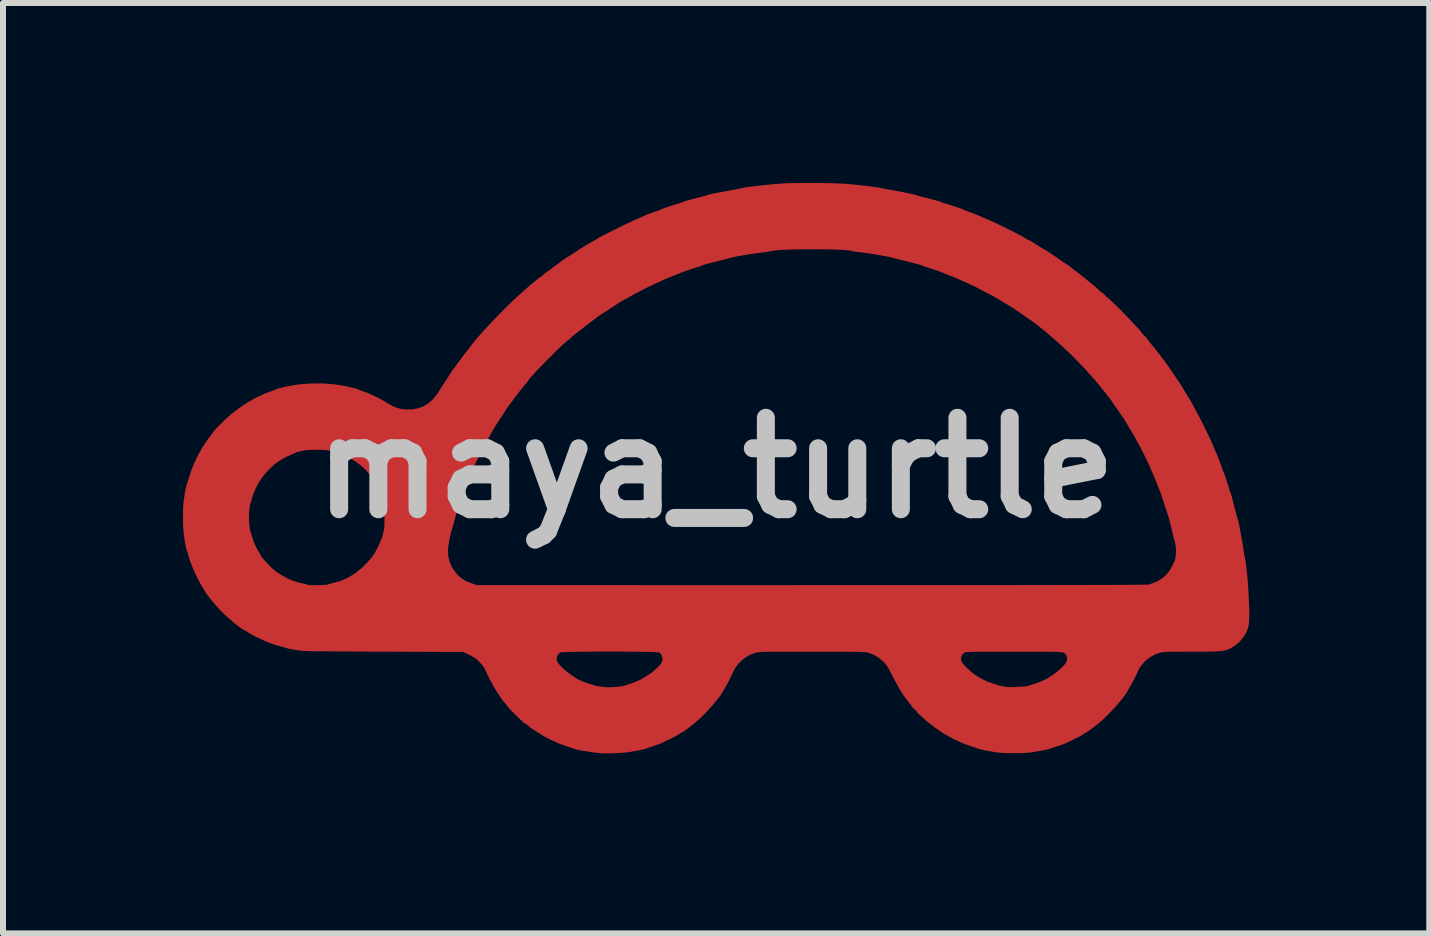
<source format=kicad_pcb>
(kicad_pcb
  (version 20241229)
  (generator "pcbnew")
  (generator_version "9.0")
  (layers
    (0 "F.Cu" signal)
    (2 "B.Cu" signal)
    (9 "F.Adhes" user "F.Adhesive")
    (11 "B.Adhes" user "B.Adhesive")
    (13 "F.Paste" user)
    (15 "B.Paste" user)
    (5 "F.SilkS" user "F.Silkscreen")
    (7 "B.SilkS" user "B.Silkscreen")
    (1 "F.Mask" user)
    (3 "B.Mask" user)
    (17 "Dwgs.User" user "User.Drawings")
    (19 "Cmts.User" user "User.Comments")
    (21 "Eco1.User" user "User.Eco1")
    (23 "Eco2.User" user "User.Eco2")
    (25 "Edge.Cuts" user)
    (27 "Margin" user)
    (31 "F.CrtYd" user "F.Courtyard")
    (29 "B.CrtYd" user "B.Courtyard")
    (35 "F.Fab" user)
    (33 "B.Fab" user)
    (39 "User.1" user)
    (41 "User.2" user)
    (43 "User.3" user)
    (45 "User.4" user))
  (footprint "maya_turtle"
    (layer "F.Cu")
    (at 8.88 4.748)
    (property "Reference" "maya_turtle" (at 0 0 0) (layer "Dwgs.User") (effects (font (size 1.524 1.524) (thickness 0.3))))
    (attr board_only exclude_from_pos_files exclude_from_bom)
    (fp_poly (pts (xy 1.714 -4.748) (xy 1.821 -4.746) (xy 1.923 -4.744) (xy 2.018 -4.741) (xy 2.101 -4.738) (xy 2.171 -4.734) (xy 2.192 -4.732) (xy 2.26 -4.726) (xy 2.332 -4.719) (xy 2.405 -4.711) (xy 2.478 -4.703) (xy 2.546 -4.695) (xy 2.61 -4.687) (xy 2.664 -4.68) (xy 2.709 -4.673) (xy 2.74 -4.668) (xy 2.756 -4.664) (xy 2.757 -4.663) (xy 2.772 -4.659) (xy 2.8 -4.653) (xy 2.836 -4.647) (xy 2.848 -4.645) (xy 2.885 -4.639) (xy 2.931 -4.631) (xy 2.985 -4.621) (xy 3.044 -4.61) (xy 3.104 -4.599) (xy 3.163 -4.587) (xy 3.218 -4.575) (xy 3.266 -4.565) (xy 3.304 -4.556) (xy 3.33 -4.55) (xy 3.341 -4.546) (xy 3.355 -4.541) (xy 3.383 -4.533) (xy 3.42 -4.522) (xy 3.463 -4.512) (xy 3.464 -4.511) (xy 3.536 -4.494) (xy 3.602 -4.477) (xy 3.659 -4.461) (xy 3.706 -4.448) (xy 3.739 -4.438) (xy 3.758 -4.431) (xy 3.76 -4.429) (xy 3.773 -4.423) (xy 3.798 -4.414) (xy 3.831 -4.404) (xy 3.846 -4.399) (xy 3.897 -4.384) (xy 3.95 -4.367) (xy 4.001 -4.351) (xy 4.047 -4.336) (xy 4.086 -4.322) (xy 4.114 -4.312) (xy 4.127 -4.306) (xy 4.127 -4.306) (xy 4.14 -4.299) (xy 4.165 -4.289) (xy 4.197 -4.276) (xy 4.205 -4.273) (xy 4.274 -4.248) (xy 4.328 -4.227) (xy 4.371 -4.21) (xy 4.406 -4.195) (xy 4.434 -4.183) (xy 4.462 -4.17) (xy 4.5 -4.153) (xy 4.543 -4.135) (xy 4.569 -4.124) (xy 4.614 -4.104) (xy 4.668 -4.079) (xy 4.728 -4.05) (xy 4.792 -4.019) (xy 4.858 -3.987) (xy 4.924 -3.954) (xy 4.987 -3.922) (xy 5.044 -3.892) (xy 5.094 -3.865) (xy 5.134 -3.843) (xy 5.162 -3.826) (xy 5.174 -3.818) (xy 5.192 -3.806) (xy 5.204 -3.801) (xy 5.217 -3.796) (xy 5.243 -3.782) (xy 5.279 -3.761) (xy 5.324 -3.734) (xy 5.374 -3.702) (xy 5.384 -3.695) (xy 5.415 -3.676) (xy 5.441 -3.66) (xy 5.459 -3.651) (xy 5.461 -3.65) (xy 5.474 -3.643) (xy 5.499 -3.628) (xy 5.534 -3.606) (xy 5.574 -3.579) (xy 5.617 -3.551) (xy 5.66 -3.521) (xy 5.701 -3.494) (xy 5.735 -3.469) (xy 5.762 -3.45) (xy 5.762 -3.45) (xy 5.787 -3.432) (xy 5.807 -3.419) (xy 5.816 -3.414) (xy 5.827 -3.409) (xy 5.849 -3.394) (xy 5.881 -3.371) (xy 5.921 -3.341) (xy 5.966 -3.306) (xy 6.016 -3.268) (xy 6.066 -3.229) (xy 6.117 -3.189) (xy 6.164 -3.151) (xy 6.207 -3.115) (xy 6.231 -3.095) (xy 6.263 -3.069) (xy 6.294 -3.043) (xy 6.319 -3.024) (xy 6.32 -3.024) (xy 6.348 -3) (xy 6.378 -2.973) (xy 6.386 -2.963) (xy 6.406 -2.944) (xy 6.423 -2.931) (xy 6.429 -2.929) (xy 6.44 -2.923) (xy 6.459 -2.906) (xy 6.481 -2.884) (xy 6.502 -2.861) (xy 6.519 -2.845) (xy 6.528 -2.839) (xy 6.537 -2.833) (xy 6.557 -2.816) (xy 6.585 -2.789) (xy 6.621 -2.755) (xy 6.662 -2.716) (xy 6.706 -2.672) (xy 6.752 -2.627) (xy 6.797 -2.581) (xy 6.84 -2.536) (xy 6.875 -2.499) (xy 6.915 -2.457) (xy 6.953 -2.416) (xy 6.987 -2.38) (xy 7.014 -2.352) (xy 7.029 -2.336) (xy 7.058 -2.305) (xy 7.087 -2.269) (xy 7.102 -2.249) (xy 7.125 -2.221) (xy 7.148 -2.196) (xy 7.162 -2.184) (xy 7.179 -2.169) (xy 7.188 -2.157) (xy 7.188 -2.156) (xy 7.193 -2.147) (xy 7.208 -2.126) (xy 7.231 -2.097) (xy 7.259 -2.061) (xy 7.279 -2.038) (xy 7.351 -1.948) (xy 7.421 -1.858) (xy 7.486 -1.771) (xy 7.544 -1.691) (xy 7.579 -1.64) (xy 7.606 -1.599) (xy 7.639 -1.55) (xy 7.674 -1.499) (xy 7.703 -1.457) (xy 7.731 -1.414) (xy 7.759 -1.372) (xy 7.783 -1.334) (xy 7.799 -1.306) (xy 7.8 -1.304) (xy 7.82 -1.27) (xy 7.845 -1.229) (xy 7.867 -1.194) (xy 7.891 -1.155) (xy 7.918 -1.11) (xy 7.94 -1.071) (xy 7.982 -0.993) (xy 8.017 -0.928) (xy 8.046 -0.873) (xy 8.071 -0.826) (xy 8.093 -0.783) (xy 8.113 -0.743) (xy 8.134 -0.702) (xy 8.143 -0.683) (xy 8.179 -0.608) (xy 8.213 -0.539) (xy 8.242 -0.478) (xy 8.265 -0.426) (xy 8.284 -0.386) (xy 8.295 -0.358) (xy 8.297 -0.35) (xy 8.304 -0.332) (xy 8.316 -0.303) (xy 8.332 -0.268) (xy 8.338 -0.254) (xy 8.359 -0.207) (xy 8.383 -0.147) (xy 8.408 -0.082) (xy 8.431 -0.017) (xy 8.448 0.036) (xy 8.457 0.058) (xy 8.463 0.071) (xy 8.464 0.072) (xy 8.469 0.081) (xy 8.477 0.105) (xy 8.489 0.139) (xy 8.503 0.18) (xy 8.517 0.225) (xy 8.532 0.271) (xy 8.546 0.314) (xy 8.557 0.352) (xy 8.565 0.38) (xy 8.568 0.391) (xy 8.574 0.411) (xy 8.58 0.422) (xy 8.583 0.425) (xy 8.586 0.43) (xy 8.589 0.44) (xy 8.594 0.457) (xy 8.601 0.482) (xy 8.61 0.518) (xy 8.623 0.567) (xy 8.639 0.63) (xy 8.649 0.669) (xy 8.662 0.722) (xy 8.674 0.769) (xy 8.685 0.808) (xy 8.693 0.836) (xy 8.697 0.849) (xy 8.703 0.866) (xy 8.71 0.898) (xy 8.72 0.942) (xy 8.731 0.995) (xy 8.742 1.055) (xy 8.754 1.119) (xy 8.766 1.184) (xy 8.777 1.247) (xy 8.787 1.305) (xy 8.795 1.357) (xy 8.796 1.366) (xy 8.803 1.415) (xy 8.81 1.459) (xy 8.817 1.494) (xy 8.821 1.517) (xy 8.823 1.523) (xy 8.827 1.539) (xy 8.832 1.571) (xy 8.838 1.618) (xy 8.845 1.678) (xy 8.853 1.749) (xy 8.861 1.829) (xy 8.868 1.908) (xy 8.871 1.943) (xy 8.874 1.993) (xy 8.877 2.054) (xy 8.881 2.122) (xy 8.884 2.193) (xy 8.887 2.256) (xy 8.891 2.357) (xy 8.892 2.443) (xy 8.891 2.515) (xy 8.887 2.576) (xy 8.88 2.628) (xy 8.869 2.674) (xy 8.854 2.716) (xy 8.834 2.757) (xy 8.809 2.797) (xy 8.784 2.835) (xy 8.72 2.909) (xy 8.643 2.971) (xy 8.563 3.016) (xy 8.54 3.026) (xy 8.518 3.034) (xy 8.493 3.041) (xy 8.466 3.047) (xy 8.434 3.052) (xy 8.395 3.056) (xy 8.348 3.058) (xy 8.291 3.061) (xy 8.223 3.062) (xy 8.142 3.063) (xy 8.046 3.063) (xy 7.935 3.063) (xy 7.924 3.063) (xy 7.821 3.064) (xy 7.735 3.064) (xy 7.663 3.064) (xy 7.604 3.065) (xy 7.556 3.066) (xy 7.518 3.067) (xy 7.487 3.068) (xy 7.463 3.07) (xy 7.442 3.073) (xy 7.425 3.076) (xy 7.408 3.08) (xy 7.398 3.082) (xy 7.326 3.108) (xy 7.253 3.148) (xy 7.184 3.196) (xy 7.152 3.225) (xy 7.123 3.257) (xy 7.094 3.294) (xy 7.066 3.333) (xy 7.044 3.37) (xy 7.031 3.399) (xy 7.029 3.405) (xy 7.023 3.424) (xy 7.018 3.432) (xy 7.012 3.442) (xy 7 3.464) (xy 6.985 3.494) (xy 6.977 3.512) (xy 6.956 3.554) (xy 6.934 3.596) (xy 6.914 3.631) (xy 6.909 3.639) (xy 6.89 3.671) (xy 6.872 3.702) (xy 6.862 3.72) (xy 6.836 3.764) (xy 6.799 3.816) (xy 6.752 3.876) (xy 6.698 3.94) (xy 6.638 4.007) (xy 6.576 4.073) (xy 6.512 4.138) (xy 6.45 4.197) (xy 6.391 4.25) (xy 6.375 4.263) (xy 6.333 4.296) (xy 6.29 4.329) (xy 6.247 4.361) (xy 6.208 4.388) (xy 6.175 4.41) (xy 6.151 4.424) (xy 6.138 4.43) (xy 6.127 4.436) (xy 6.126 4.438) (xy 6.117 4.445) (xy 6.095 4.459) (xy 6.062 4.477) (xy 6.021 4.498) (xy 5.976 4.521) (xy 5.929 4.544) (xy 5.884 4.566) (xy 5.843 4.585) (xy 5.809 4.599) (xy 5.792 4.606) (xy 5.75 4.621) (xy 5.704 4.636) (xy 5.669 4.647) (xy 5.635 4.658) (xy 5.603 4.669) (xy 5.584 4.676) (xy 5.562 4.684) (xy 5.526 4.693) (xy 5.479 4.703) (xy 5.425 4.714) (xy 5.367 4.724) (xy 5.309 4.734) (xy 5.255 4.742) (xy 5.234 4.745) (xy 5.182 4.749) (xy 5.118 4.753) (xy 5.045 4.755) (xy 4.968 4.755) (xy 4.891 4.755) (xy 4.819 4.753) (xy 4.756 4.749) (xy 4.708 4.745) (xy 4.658 4.738) (xy 4.602 4.729) (xy 4.545 4.719) (xy 4.489 4.708) (xy 4.439 4.698) (xy 4.398 4.688) (xy 4.37 4.68) (xy 4.362 4.677) (xy 4.344 4.67) (xy 4.312 4.659) (xy 4.272 4.645) (xy 4.227 4.63) (xy 4.221 4.628) (xy 4.142 4.599) (xy 4.055 4.562) (xy 3.965 4.52) (xy 3.879 4.474) (xy 3.801 4.429) (xy 3.769 4.409) (xy 3.707 4.366) (xy 3.646 4.323) (xy 3.59 4.281) (xy 3.541 4.244) (xy 3.502 4.212) (xy 3.481 4.192) (xy 3.453 4.166) (xy 3.42 4.136) (xy 3.398 4.117) (xy 3.374 4.095) (xy 3.357 4.078) (xy 3.351 4.067) (xy 3.345 4.056) (xy 3.328 4.038) (xy 3.306 4.018) (xy 3.283 3.997) (xy 3.267 3.979) (xy 3.261 3.97) (xy 3.256 3.958) (xy 3.242 3.938) (xy 3.222 3.914) (xy 3.156 3.829) (xy 3.089 3.729) (xy 3.021 3.612) (xy 2.954 3.487) (xy 2.922 3.424) (xy 2.897 3.374) (xy 2.876 3.336) (xy 2.857 3.306) (xy 2.841 3.282) (xy 2.824 3.262) (xy 2.805 3.241) (xy 2.798 3.234) (xy 2.737 3.182) (xy 4.088 3.182) (xy 4.096 3.225) (xy 4.114 3.258) (xy 4.135 3.283) (xy 4.166 3.315) (xy 4.203 3.351) (xy 4.243 3.386) (xy 4.281 3.418) (xy 4.308 3.439) (xy 4.416 3.507) (xy 4.526 3.562) (xy 4.635 3.6) (xy 4.645 3.603) (xy 4.673 3.611) (xy 4.695 3.619) (xy 4.701 3.621) (xy 4.72 3.628) (xy 4.757 3.635) (xy 4.811 3.645) (xy 4.856 3.651) (xy 4.881 3.653) (xy 4.918 3.654) (xy 4.965 3.653) (xy 5.017 3.651) (xy 5.068 3.649) (xy 5.116 3.646) (xy 5.155 3.642) (xy 5.18 3.639) (xy 5.21 3.632) (xy 5.235 3.625) (xy 5.243 3.621) (xy 5.26 3.615) (xy 5.289 3.605) (xy 5.323 3.595) (xy 5.326 3.594) (xy 5.359 3.583) (xy 5.398 3.568) (xy 5.439 3.551) (xy 5.479 3.533) (xy 5.514 3.516) (xy 5.542 3.501) (xy 5.559 3.489) (xy 5.562 3.485) (xy 5.569 3.477) (xy 5.571 3.477) (xy 5.588 3.471) (xy 5.614 3.455) (xy 5.647 3.43) (xy 5.685 3.4) (xy 5.724 3.367) (xy 5.761 3.333) (xy 5.794 3.3) (xy 5.819 3.271) (xy 5.826 3.263) (xy 5.85 3.221) (xy 5.858 3.181) (xy 5.849 3.142) (xy 5.839 3.122) (xy 5.833 3.112) (xy 5.828 3.104) (xy 5.823 3.096) (xy 5.816 3.089) (xy 5.806 3.084) (xy 5.792 3.079) (xy 5.773 3.075) (xy 5.748 3.072) (xy 5.716 3.069) (xy 5.676 3.067) (xy 5.626 3.066) (xy 5.565 3.065) (xy 5.493 3.064) (xy 5.408 3.064) (xy 5.309 3.064) (xy 5.195 3.064) (xy 5.065 3.064) (xy 4.973 3.064) (xy 4.833 3.064) (xy 4.71 3.064) (xy 4.602 3.064) (xy 4.51 3.064) (xy 4.431 3.065) (xy 4.364 3.065) (xy 4.309 3.066) (xy 4.264 3.067) (xy 4.228 3.068) (xy 4.201 3.07) (xy 4.181 3.071) (xy 4.166 3.073) (xy 4.156 3.075) (xy 4.151 3.077) (xy 4.116 3.104) (xy 4.095 3.14) (xy 4.088 3.182) (xy 2.737 3.182) (xy 2.723 3.17) (xy 2.64 3.119) (xy 2.551 3.084) (xy 2.53 3.078) (xy 2.519 3.075) (xy 2.505 3.073) (xy 2.486 3.071) (xy 2.462 3.07) (xy 2.431 3.069) (xy 2.393 3.067) (xy 2.346 3.066) (xy 2.29 3.066) (xy 2.222 3.065) (xy 2.143 3.065) (xy 2.05 3.064) (xy 1.943 3.064) (xy 1.821 3.064) (xy 1.683 3.064) (xy 1.604 3.064) (xy 1.459 3.064) (xy 1.331 3.064) (xy 1.219 3.064) (xy 1.121 3.064) (xy 1.037 3.064) (xy 0.965 3.065) (xy 0.904 3.065) (xy 0.853 3.066) (xy 0.811 3.067) (xy 0.776 3.068) (xy 0.749 3.069) (xy 0.726 3.071) (xy 0.708 3.073) (xy 0.693 3.075) (xy 0.68 3.077) (xy 0.668 3.08) (xy 0.66 3.082) (xy 0.581 3.111) (xy 0.504 3.154) (xy 0.433 3.209) (xy 0.371 3.272) (xy 0.343 3.309) (xy 0.326 3.335) (xy 0.309 3.363) (xy 0.292 3.397) (xy 0.271 3.438) (xy 0.246 3.492) (xy 0.239 3.508) (xy 0.218 3.55) (xy 0.196 3.592) (xy 0.177 3.627) (xy 0.167 3.643) (xy 0.148 3.674) (xy 0.131 3.704) (xy 0.123 3.72) (xy 0.103 3.755) (xy 0.072 3.8) (xy 0.032 3.852) (xy -0.014 3.909) (xy -0.065 3.969) (xy -0.118 4.029) (xy -0.172 4.087) (xy -0.224 4.139) (xy -0.252 4.166) (xy -0.294 4.203) (xy -0.339 4.242) (xy -0.387 4.281) (xy -0.433 4.318) (xy -0.476 4.351) (xy -0.514 4.378) (xy -0.544 4.399) (xy -0.565 4.41) (xy -0.571 4.412) (xy -0.581 4.416) (xy -0.6 4.428) (xy -0.614 4.437) (xy -0.641 4.455) (xy -0.675 4.475) (xy -0.713 4.495) (xy -0.75 4.515) (xy -0.784 4.531) (xy -0.809 4.542) (xy -0.822 4.546) (xy -0.834 4.551) (xy -0.836 4.554) (xy -0.844 4.56) (xy -0.865 4.57) (xy -0.897 4.584) (xy -0.936 4.6) (xy -0.98 4.616) (xy -1.023 4.632) (xy -1.064 4.645) (xy -1.078 4.65) (xy -1.111 4.66) (xy -1.141 4.671) (xy -1.155 4.677) (xy -1.176 4.684) (xy -1.212 4.693) (xy -1.258 4.703) (xy -1.311 4.713) (xy -1.367 4.724) (xy -1.423 4.733) (xy -1.474 4.74) (xy -1.496 4.743) (xy -1.539 4.747) (xy -1.594 4.751) (xy -1.655 4.754) (xy -1.718 4.756) (xy -1.779 4.758) (xy -1.833 4.758) (xy -1.876 4.757) (xy -1.891 4.757) (xy -1.959 4.751) (xy -2.032 4.743) (xy -2.105 4.733) (xy -2.176 4.722) (xy -2.242 4.711) (xy -2.3 4.699) (xy -2.345 4.688) (xy -2.376 4.678) (xy -2.396 4.67) (xy -2.428 4.659) (xy -2.467 4.646) (xy -2.498 4.636) (xy -2.612 4.595) (xy -2.731 4.542) (xy -2.848 4.482) (xy -2.956 4.417) (xy -2.978 4.403) (xy -3.014 4.379) (xy -3.044 4.359) (xy -3.066 4.345) (xy -3.076 4.34) (xy -3.076 4.34) (xy -3.084 4.334) (xy -3.101 4.32) (xy -3.119 4.304) (xy -3.141 4.284) (xy -3.159 4.271) (xy -3.167 4.268) (xy -3.18 4.261) (xy -3.202 4.244) (xy -3.233 4.218) (xy -3.269 4.184) (xy -3.308 4.146) (xy -3.349 4.105) (xy -3.39 4.064) (xy -3.427 4.025) (xy -3.459 3.989) (xy -3.484 3.959) (xy -3.494 3.944) (xy -3.512 3.921) (xy -3.53 3.902) (xy -3.533 3.899) (xy -3.549 3.882) (xy -3.566 3.858) (xy -3.57 3.852) (xy -3.583 3.83) (xy -3.604 3.798) (xy -3.628 3.762) (xy -3.643 3.741) (xy -3.665 3.705) (xy -3.694 3.657) (xy -3.725 3.6) (xy -3.758 3.539) (xy -3.789 3.478) (xy -3.818 3.421) (xy -3.841 3.371) (xy -3.849 3.354) (xy -3.864 3.324) (xy -3.887 3.293) (xy -3.9 3.277) (xy -3.933 3.242) (xy -3.963 3.212) (xy -3.987 3.188) (xy -3.99 3.186) (xy -2.651 3.186) (xy -2.648 3.211) (xy -2.639 3.235) (xy -2.62 3.262) (xy -2.615 3.269) (xy -2.574 3.315) (xy -2.52 3.364) (xy -2.459 3.415) (xy -2.394 3.462) (xy -2.329 3.505) (xy -2.278 3.533) (xy -2.247 3.547) (xy -2.209 3.563) (xy -2.167 3.579) (xy -2.126 3.593) (xy -2.091 3.604) (xy -2.065 3.611) (xy -2.057 3.612) (xy -2.043 3.615) (xy -2.04 3.62) (xy -2.031 3.625) (xy -2.009 3.63) (xy -1.977 3.636) (xy -1.961 3.639) (xy -1.924 3.644) (xy -1.893 3.648) (xy -1.873 3.651) (xy -1.869 3.652) (xy -1.841 3.655) (xy -1.801 3.656) (xy -1.752 3.655) (xy -1.7 3.653) (xy -1.648 3.649) (xy -1.602 3.644) (xy -1.6 3.643) (xy -1.561 3.637) (xy -1.527 3.631) (xy -1.504 3.625) (xy -1.497 3.622) (xy -1.484 3.617) (xy -1.459 3.608) (xy -1.426 3.597) (xy -1.415 3.594) (xy -1.365 3.577) (xy -1.31 3.555) (xy -1.258 3.531) (xy -1.213 3.507) (xy -1.195 3.495) (xy -1.173 3.481) (xy -1.145 3.464) (xy -1.135 3.458) (xy -1.1 3.435) (xy -1.058 3.403) (xy -1.014 3.366) (xy -0.972 3.328) (xy -0.938 3.293) (xy -0.924 3.277) (xy -0.904 3.249) (xy -0.893 3.226) (xy -0.89 3.201) (xy -0.889 3.188) (xy -0.896 3.139) (xy -0.914 3.101) (xy -0.943 3.077) (xy -0.957 3.075) (xy -0.987 3.073) (xy -1.032 3.07) (xy -1.091 3.069) (xy -1.161 3.067) (xy -1.241 3.065) (xy -1.329 3.064) (xy -1.424 3.063) (xy -1.525 3.063) (xy -1.629 3.062) (xy -1.735 3.062) (xy -1.842 3.062) (xy -1.947 3.062) (xy -2.05 3.063) (xy -2.148 3.064) (xy -2.241 3.065) (xy -2.326 3.066) (xy -2.402 3.067) (xy -2.468 3.069) (xy -2.521 3.071) (xy -2.56 3.073) (xy -2.584 3.076) (xy -2.59 3.077) (xy -2.622 3.1) (xy -2.643 3.135) (xy -2.65 3.181) (xy -2.651 3.186) (xy -3.99 3.186) (xy -4.004 3.174) (xy -4.009 3.172) (xy -4.02 3.167) (xy -4.041 3.155) (xy -4.066 3.139) (xy -4.103 3.118) (xy -4.143 3.098) (xy -4.167 3.088) (xy -4.218 3.069) (xy -5.535 3.063) (xy -5.716 3.063) (xy -5.881 3.062) (xy -6.03 3.061) (xy -6.163 3.06) (xy -6.282 3.06) (xy -6.387 3.059) (xy -6.481 3.058) (xy -6.562 3.057) (xy -6.633 3.057) (xy -6.694 3.056) (xy -6.747 3.055) (xy -6.791 3.054) (xy -6.829 3.052) (xy -6.861 3.051) (xy -6.887 3.049) (xy -6.909 3.048) (xy -6.928 3.046) (xy -6.945 3.044) (xy -6.954 3.043) (xy -7.02 3.032) (xy -7.078 3.021) (xy -7.127 3.011) (xy -7.164 3.002) (xy -7.187 2.994) (xy -7.192 2.991) (xy -7.208 2.984) (xy -7.215 2.983) (xy -7.233 2.98) (xy -7.263 2.972) (xy -7.303 2.961) (xy -7.348 2.947) (xy -7.394 2.932) (xy -7.437 2.917) (xy -7.474 2.903) (xy -7.498 2.893) (xy -7.531 2.878) (xy -7.573 2.858) (xy -7.617 2.838) (xy -7.632 2.831) (xy -7.677 2.809) (xy -7.727 2.782) (xy -7.771 2.757) (xy -7.78 2.751) (xy -7.814 2.73) (xy -7.844 2.712) (xy -7.867 2.699) (xy -7.872 2.697) (xy -7.904 2.677) (xy -7.946 2.648) (xy -7.995 2.61) (xy -8.049 2.566) (xy -8.105 2.518) (xy -8.161 2.468) (xy -8.213 2.419) (xy -8.259 2.373) (xy -8.263 2.369) (xy -8.298 2.331) (xy -8.336 2.288) (xy -8.374 2.242) (xy -8.412 2.196) (xy -8.448 2.151) (xy -8.479 2.111) (xy -8.503 2.077) (xy -8.52 2.051) (xy -8.527 2.037) (xy -8.527 2.036) (xy -8.531 2.027) (xy -8.543 2.006) (xy -8.561 1.978) (xy -8.568 1.968) (xy -8.603 1.908) (xy -8.64 1.837) (xy -8.678 1.757) (xy -8.714 1.674) (xy -8.746 1.592) (xy -8.774 1.514) (xy -8.794 1.446) (xy -8.801 1.417) (xy -8.807 1.396) (xy -8.814 1.384) (xy -8.814 1.384) (xy -8.818 1.373) (xy -8.825 1.348) (xy -8.833 1.311) (xy -8.841 1.267) (xy -8.85 1.217) (xy -8.858 1.165) (xy -8.866 1.115) (xy -8.869 1.087) (xy -8.874 1.038) (xy -8.877 0.976) (xy -8.879 0.905) (xy -8.88 0.829) (xy -8.88 0.828) (xy -7.781 0.828) (xy -7.78 0.876) (xy -7.776 0.927) (xy -7.771 0.976) (xy -7.765 1.02) (xy -7.758 1.052) (xy -7.754 1.065) (xy -7.748 1.082) (xy -7.739 1.11) (xy -7.729 1.145) (xy -7.726 1.155) (xy -7.704 1.223) (xy -7.676 1.292) (xy -7.646 1.353) (xy -7.62 1.396) (xy -7.605 1.419) (xy -7.594 1.436) (xy -7.592 1.442) (xy -7.586 1.457) (xy -7.569 1.482) (xy -7.544 1.515) (xy -7.512 1.552) (xy -7.476 1.591) (xy -7.439 1.63) (xy -7.402 1.666) (xy -7.368 1.697) (xy -7.355 1.707) (xy -7.335 1.723) (xy -7.315 1.737) (xy -7.294 1.751) (xy -7.269 1.768) (xy -7.235 1.788) (xy -7.19 1.813) (xy -7.162 1.83) (xy -7.109 1.856) (xy -7.045 1.882) (xy -6.978 1.904) (xy -6.913 1.921) (xy -6.897 1.924) (xy -6.865 1.93) (xy -6.837 1.937) (xy -6.824 1.942) (xy -6.802 1.948) (xy -6.775 1.953) (xy -6.775 1.953) (xy -6.748 1.955) (xy -6.711 1.956) (xy -6.666 1.956) (xy -6.618 1.954) (xy -6.571 1.953) (xy -6.528 1.95) (xy -6.493 1.948) (xy -6.47 1.945) (xy -6.464 1.943) (xy -6.447 1.937) (xy -6.418 1.929) (xy -6.383 1.92) (xy -6.375 1.918) (xy -6.25 1.883) (xy -6.131 1.831) (xy -6.018 1.762) (xy -5.91 1.677) (xy -5.857 1.627) (xy -5.796 1.563) (xy -5.746 1.506) (xy -5.705 1.45) (xy -5.67 1.393) (xy -5.665 1.383) (xy -4.465 1.383) (xy -4.458 1.476) (xy -4.436 1.565) (xy -4.402 1.647) (xy -4.379 1.686) (xy -4.315 1.769) (xy -4.246 1.835) (xy -4.17 1.884) (xy -4.099 1.914) (xy -4.066 1.925) (xy -4.038 1.934) (xy -4.021 1.941) (xy -3.997 1.949) (xy -3.985 1.953) (xy -3.975 1.953) (xy -3.947 1.953) (xy -3.903 1.953) (xy -3.842 1.954) (xy -3.765 1.954) (xy -3.673 1.954) (xy -3.565 1.954) (xy -3.443 1.954) (xy -3.307 1.954) (xy -3.157 1.955) (xy -2.994 1.955) (xy -2.818 1.955) (xy -2.63 1.955) (xy -2.431 1.955) (xy -2.22 1.955) (xy -1.999 1.955) (xy -1.767 1.955) (xy -1.526 1.955) (xy -1.275 1.955) (xy -1.016 1.956) (xy -0.749 1.956) (xy -0.473 1.956) (xy -0.19 1.956) (xy 0.099 1.956) (xy 0.395 1.956) (xy 0.697 1.956) (xy 1.004 1.956) (xy 1.316 1.955) (xy 1.623 1.955) (xy 2.039 1.955) (xy 2.438 1.955) (xy 2.819 1.955) (xy 3.183 1.955) (xy 3.529 1.955) (xy 3.859 1.955) (xy 4.172 1.954) (xy 4.468 1.954) (xy 4.748 1.954) (xy 5.012 1.954) (xy 5.26 1.953) (xy 5.492 1.953) (xy 5.708 1.953) (xy 5.909 1.952) (xy 6.095 1.952) (xy 6.266 1.951) (xy 6.423 1.951) (xy 6.564 1.951) (xy 6.692 1.95) (xy 6.805 1.95) (xy 6.904 1.949) (xy 6.989 1.948) (xy 7.061 1.948) (xy 7.12 1.947) (xy 7.165 1.947) (xy 7.198 1.946) (xy 7.217 1.945) (xy 7.225 1.945) (xy 7.241 1.936) (xy 7.266 1.927) (xy 7.278 1.923) (xy 7.364 1.889) (xy 7.442 1.84) (xy 7.512 1.778) (xy 7.569 1.703) (xy 7.6 1.649) (xy 7.617 1.612) (xy 7.633 1.581) (xy 7.644 1.559) (xy 7.647 1.552) (xy 7.657 1.524) (xy 7.664 1.483) (xy 7.668 1.435) (xy 7.67 1.383) (xy 7.668 1.333) (xy 7.665 1.305) (xy 7.659 1.268) (xy 7.653 1.239) (xy 7.648 1.221) (xy 7.646 1.218) (xy 7.641 1.204) (xy 7.634 1.179) (xy 7.628 1.155) (xy 7.621 1.12) (xy 7.611 1.076) (xy 7.599 1.026) (xy 7.586 0.973) (xy 7.572 0.919) (xy 7.559 0.87) (xy 7.548 0.826) (xy 7.538 0.792) (xy 7.531 0.771) (xy 7.529 0.766) (xy 7.524 0.753) (xy 7.515 0.725) (xy 7.502 0.686) (xy 7.486 0.639) (xy 7.47 0.586) (xy 7.467 0.576) (xy 7.45 0.523) (xy 7.434 0.475) (xy 7.421 0.436) (xy 7.411 0.407) (xy 7.406 0.393) (xy 7.405 0.392) (xy 7.399 0.38) (xy 7.389 0.355) (xy 7.375 0.32) (xy 7.359 0.278) (xy 7.354 0.265) (xy 7.335 0.216) (xy 7.315 0.166) (xy 7.296 0.123) (xy 7.281 0.09) (xy 7.281 0.088) (xy 7.266 0.058) (xy 7.255 0.034) (xy 7.251 0.02) (xy 7.251 0.019) (xy 7.247 0.008) (xy 7.236 -0.016) (xy 7.22 -0.051) (xy 7.2 -0.094) (xy 7.177 -0.142) (xy 7.153 -0.192) (xy 7.128 -0.241) (xy 7.105 -0.287) (xy 7.085 -0.327) (xy 7.068 -0.358) (xy 7.057 -0.378) (xy 7.057 -0.379) (xy 7.041 -0.406) (xy 7.022 -0.441) (xy 7.003 -0.478) (xy 7.002 -0.479) (xy 6.979 -0.521) (xy 6.953 -0.567) (xy 6.931 -0.602) (xy 6.908 -0.64) (xy 6.884 -0.679) (xy 6.866 -0.711) (xy 6.838 -0.76) (xy 6.798 -0.822) (xy 6.75 -0.893) (xy 6.694 -0.973) (xy 6.679 -0.994) (xy 6.654 -1.029) (xy 6.633 -1.059) (xy 6.619 -1.081) (xy 6.613 -1.091) (xy 6.613 -1.091) (xy 6.607 -1.1) (xy 6.592 -1.122) (xy 6.569 -1.152) (xy 6.54 -1.19) (xy 6.507 -1.233) (xy 6.471 -1.278) (xy 6.434 -1.325) (xy 6.398 -1.37) (xy 6.364 -1.411) (xy 6.334 -1.446) (xy 6.331 -1.45) (xy 6.134 -1.67) (xy 5.933 -1.877) (xy 5.724 -2.074) (xy 5.502 -2.265) (xy 5.415 -2.335) (xy 5.37 -2.371) (xy 5.328 -2.403) (xy 5.292 -2.431) (xy 5.264 -2.451) (xy 5.247 -2.463) (xy 5.246 -2.463) (xy 5.226 -2.476) (xy 5.197 -2.495) (xy 5.165 -2.518) (xy 5.159 -2.522) (xy 5.115 -2.554) (xy 5.065 -2.589) (xy 5.012 -2.625) (xy 4.961 -2.658) (xy 4.916 -2.688) (xy 4.879 -2.71) (xy 4.865 -2.718) (xy 4.832 -2.738) (xy 4.797 -2.759) (xy 4.783 -2.767) (xy 4.763 -2.78) (xy 4.739 -2.795) (xy 4.708 -2.813) (xy 4.667 -2.836) (xy 4.615 -2.865) (xy 4.582 -2.883) (xy 4.553 -2.899) (xy 4.514 -2.919) (xy 4.47 -2.942) (xy 4.438 -2.958) (xy 4.401 -2.977) (xy 4.37 -2.993) (xy 4.348 -3.005) (xy 4.34 -3.011) (xy 4.33 -3.016) (xy 4.308 -3.027) (xy 4.278 -3.042) (xy 4.242 -3.058) (xy 4.206 -3.075) (xy 4.172 -3.09) (xy 4.146 -3.102) (xy 4.13 -3.108) (xy 4.127 -3.109) (xy 4.117 -3.112) (xy 4.095 -3.122) (xy 4.064 -3.136) (xy 4.049 -3.144) (xy 4.007 -3.163) (xy 3.962 -3.182) (xy 3.923 -3.197) (xy 3.917 -3.199) (xy 3.876 -3.214) (xy 3.832 -3.232) (xy 3.805 -3.244) (xy 3.778 -3.255) (xy 3.738 -3.27) (xy 3.689 -3.287) (xy 3.636 -3.305) (xy 3.603 -3.316) (xy 3.554 -3.331) (xy 3.511 -3.346) (xy 3.476 -3.357) (xy 3.453 -3.366) (xy 3.446 -3.369) (xy 3.433 -3.374) (xy 3.408 -3.383) (xy 3.383 -3.39) (xy 3.344 -3.401) (xy 3.3 -3.413) (xy 3.266 -3.422) (xy 3.231 -3.431) (xy 3.185 -3.443) (xy 3.134 -3.455) (xy 3.095 -3.464) (xy 3.052 -3.474) (xy 3.014 -3.483) (xy 2.985 -3.491) (xy 2.969 -3.496) (xy 2.95 -3.502) (xy 2.915 -3.511) (xy 2.867 -3.52) (xy 2.811 -3.531) (xy 2.747 -3.543) (xy 2.679 -3.554) (xy 2.609 -3.565) (xy 2.541 -3.576) (xy 2.477 -3.585) (xy 2.42 -3.593) (xy 2.372 -3.598) (xy 2.359 -3.599) (xy 2.324 -3.603) (xy 2.296 -3.607) (xy 2.279 -3.611) (xy 2.278 -3.612) (xy 2.261 -3.618) (xy 2.228 -3.624) (xy 2.18 -3.628) (xy 2.12 -3.632) (xy 2.05 -3.636) (xy 1.97 -3.639) (xy 1.883 -3.641) (xy 1.791 -3.642) (xy 1.695 -3.643) (xy 1.597 -3.643) (xy 1.5 -3.643) (xy 1.404 -3.642) (xy 1.311 -3.64) (xy 1.225 -3.638) (xy 1.145 -3.635) (xy 1.074 -3.631) (xy 1.014 -3.627) (xy 0.967 -3.622) (xy 0.934 -3.616) (xy 0.921 -3.612) (xy 0.906 -3.609) (xy 0.876 -3.604) (xy 0.837 -3.598) (xy 0.791 -3.592) (xy 0.777 -3.59) (xy 0.712 -3.582) (xy 0.642 -3.572) (xy 0.57 -3.562) (xy 0.497 -3.55) (xy 0.428 -3.538) (xy 0.364 -3.527) (xy 0.308 -3.516) (xy 0.263 -3.506) (xy 0.232 -3.498) (xy 0.22 -3.494) (xy 0.205 -3.49) (xy 0.177 -3.482) (xy 0.138 -3.471) (xy 0.092 -3.46) (xy 0.067 -3.454) (xy -0.013 -3.435) (xy -0.083 -3.417) (xy -0.142 -3.401) (xy -0.189 -3.387) (xy -0.222 -3.377) (xy -0.239 -3.369) (xy -0.241 -3.367) (xy -0.251 -3.361) (xy -0.255 -3.36) (xy -0.268 -3.357) (xy -0.295 -3.35) (xy -0.332 -3.338) (xy -0.375 -3.324) (xy -0.422 -3.309) (xy -0.469 -3.293) (xy -0.512 -3.278) (xy -0.547 -3.265) (xy -0.573 -3.255) (xy -0.579 -3.253) (xy -0.603 -3.242) (xy -0.638 -3.228) (xy -0.679 -3.212) (xy -0.714 -3.198) (xy -0.763 -3.179) (xy -0.816 -3.158) (xy -0.864 -3.137) (xy -0.888 -3.126) (xy -0.927 -3.107) (xy -0.966 -3.09) (xy -0.997 -3.076) (xy -1.004 -3.073) (xy -1.031 -3.061) (xy -1.071 -3.042) (xy -1.12 -3.018) (xy -1.176 -2.99) (xy -1.235 -2.96) (xy -1.294 -2.929) (xy -1.349 -2.9) (xy -1.399 -2.873) (xy -1.432 -2.854) (xy -1.468 -2.834) (xy -1.497 -2.818) (xy -1.517 -2.807) (xy -1.525 -2.803) (xy -1.535 -2.798) (xy -1.559 -2.784) (xy -1.595 -2.762) (xy -1.642 -2.732) (xy -1.698 -2.695) (xy -1.737 -2.669) (xy -1.777 -2.643) (xy -1.815 -2.619) (xy -1.846 -2.599) (xy -1.867 -2.586) (xy -1.868 -2.585) (xy -1.896 -2.568) (xy -1.936 -2.541) (xy -1.985 -2.505) (xy -2.043 -2.462) (xy -2.106 -2.414) (xy -2.154 -2.376) (xy -2.2 -2.341) (xy -2.249 -2.302) (xy -2.296 -2.266) (xy -2.335 -2.236) (xy -2.337 -2.235) (xy -2.37 -2.209) (xy -2.398 -2.184) (xy -2.418 -2.166) (xy -2.426 -2.156) (xy -2.438 -2.142) (xy -2.446 -2.138) (xy -2.459 -2.132) (xy -2.482 -2.114) (xy -2.514 -2.086) (xy -2.554 -2.049) (xy -2.601 -2.005) (xy -2.653 -1.955) (xy -2.708 -1.9) (xy -2.765 -1.843) (xy -2.823 -1.785) (xy -2.881 -1.726) (xy -2.936 -1.669) (xy -2.987 -1.615) (xy -3.033 -1.566) (xy -3.072 -1.522) (xy -3.104 -1.486) (xy -3.125 -1.459) (xy -3.136 -1.442) (xy -3.137 -1.441) (xy -3.144 -1.429) (xy -3.16 -1.408) (xy -3.178 -1.387) (xy -3.218 -1.339) (xy -3.266 -1.28) (xy -3.32 -1.21) (xy -3.382 -1.127) (xy -3.454 -1.031) (xy -3.483 -0.991) (xy -3.496 -0.972) (xy -3.504 -0.959) (xy -3.504 -0.957) (xy -3.509 -0.948) (xy -3.522 -0.928) (xy -3.541 -0.899) (xy -3.56 -0.869) (xy -3.612 -0.792) (xy -3.654 -0.727) (xy -3.689 -0.671) (xy -3.718 -0.623) (xy -3.743 -0.578) (xy -3.747 -0.571) (xy -3.765 -0.537) (xy -3.781 -0.508) (xy -3.793 -0.489) (xy -3.796 -0.485) (xy -3.804 -0.472) (xy -3.819 -0.446) (xy -3.839 -0.408) (xy -3.863 -0.361) (xy -3.89 -0.308) (xy -3.919 -0.25) (xy -3.949 -0.189) (xy -3.979 -0.129) (xy -4.007 -0.071) (xy -4.033 -0.018) (xy -4.055 0.028) (xy -4.072 0.066) (xy -4.084 0.092) (xy -4.088 0.104) (xy -4.088 0.105) (xy -4.091 0.117) (xy -4.1 0.14) (xy -4.112 0.17) (xy -4.126 0.202) (xy -4.138 0.23) (xy -4.148 0.25) (xy -4.151 0.256) (xy -4.156 0.267) (xy -4.166 0.292) (xy -4.179 0.329) (xy -4.195 0.375) (xy -4.213 0.426) (xy -4.214 0.431) (xy -4.232 0.483) (xy -4.248 0.529) (xy -4.261 0.567) (xy -4.271 0.594) (xy -4.277 0.606) (xy -4.277 0.606) (xy -4.282 0.619) (xy -4.291 0.646) (xy -4.302 0.684) (xy -4.316 0.732) (xy -4.331 0.785) (xy -4.346 0.842) (xy -4.361 0.898) (xy -4.363 0.907) (xy -4.374 0.946) (xy -4.383 0.98) (xy -4.39 1.004) (xy -4.393 1.011) (xy -4.402 1.038) (xy -4.413 1.079) (xy -4.425 1.129) (xy -4.436 1.184) (xy -4.447 1.241) (xy -4.456 1.295) (xy -4.462 1.341) (xy -4.465 1.377) (xy -4.465 1.383) (xy -5.665 1.383) (xy -5.637 1.33) (xy -5.623 1.298) (xy -5.605 1.258) (xy -5.589 1.222) (xy -5.577 1.195) (xy -5.57 1.181) (xy -5.564 1.165) (xy -5.556 1.136) (xy -5.546 1.1) (xy -5.542 1.083) (xy -5.534 1.05) (xy -5.529 1.019) (xy -5.525 0.985) (xy -5.523 0.945) (xy -5.522 0.894) (xy -5.522 0.831) (xy -5.523 0.736) (xy -5.528 0.656) (xy -5.536 0.589) (xy -5.549 0.531) (xy -5.566 0.481) (xy -5.57 0.472) (xy -5.583 0.44) (xy -5.598 0.404) (xy -5.601 0.395) (xy -5.641 0.307) (xy -5.694 0.216) (xy -5.756 0.127) (xy -5.823 0.047) (xy -5.843 0.026) (xy -5.916 -0.04) (xy -5.999 -0.102) (xy -6.088 -0.158) (xy -6.176 -0.204) (xy -6.217 -0.221) (xy -6.251 -0.235) (xy -6.286 -0.249) (xy -6.294 -0.252) (xy -6.344 -0.27) (xy -6.4 -0.284) (xy -6.465 -0.293) (xy -6.541 -0.299) (xy -6.632 -0.3) (xy -6.653 -0.3) (xy -6.718 -0.3) (xy -6.769 -0.299) (xy -6.81 -0.296) (xy -6.845 -0.292) (xy -6.878 -0.287) (xy -6.909 -0.28) (xy -6.946 -0.27) (xy -6.978 -0.262) (xy -6.998 -0.255) (xy -7.003 -0.253) (xy -7.016 -0.246) (xy -7.04 -0.235) (xy -7.071 -0.222) (xy -7.076 -0.221) (xy -7.174 -0.176) (xy -7.263 -0.125) (xy -7.347 -0.064) (xy -7.429 0.009) (xy -7.501 0.085) (xy -7.563 0.163) (xy -7.621 0.251) (xy -7.67 0.346) (xy -7.71 0.442) (xy -7.736 0.53) (xy -7.743 0.559) (xy -7.751 0.581) (xy -7.755 0.589) (xy -7.76 0.604) (xy -7.766 0.633) (xy -7.771 0.672) (xy -7.775 0.717) (xy -7.779 0.765) (xy -7.781 0.81) (xy -7.781 0.828) (xy -8.88 0.828) (xy -8.879 0.753) (xy -8.878 0.681) (xy -8.875 0.617) (xy -8.871 0.566) (xy -8.87 0.557) (xy -8.863 0.511) (xy -8.855 0.461) (xy -8.847 0.41) (xy -8.838 0.362) (xy -8.829 0.32) (xy -8.822 0.288) (xy -8.816 0.268) (xy -8.815 0.265) (xy -8.809 0.252) (xy -8.801 0.228) (xy -8.792 0.198) (xy -8.747 0.057) (xy -8.69 -0.085) (xy -8.623 -0.224) (xy -8.548 -0.356) (xy -8.467 -0.475) (xy -8.431 -0.522) (xy -8.409 -0.55) (xy -8.393 -0.573) (xy -8.384 -0.587) (xy -8.383 -0.589) (xy -8.376 -0.599) (xy -8.358 -0.621) (xy -8.329 -0.652) (xy -8.291 -0.692) (xy -8.244 -0.739) (xy -8.197 -0.786) (xy -8.077 -0.895) (xy -7.946 -0.996) (xy -7.808 -1.088) (xy -7.666 -1.168) (xy -7.523 -1.235) (xy -7.439 -1.267) (xy -7.402 -1.28) (xy -7.372 -1.292) (xy -7.351 -1.3) (xy -7.345 -1.303) (xy -7.331 -1.309) (xy -7.303 -1.318) (xy -7.266 -1.329) (xy -7.222 -1.34) (xy -7.177 -1.351) (xy -7.133 -1.361) (xy -7.132 -1.361) (xy -6.948 -1.391) (xy -6.757 -1.406) (xy -6.564 -1.408) (xy -6.373 -1.394) (xy -6.24 -1.375) (xy -6.193 -1.367) (xy -6.142 -1.356) (xy -6.091 -1.344) (xy -6.043 -1.332) (xy -6.002 -1.321) (xy -5.971 -1.312) (xy -5.954 -1.304) (xy -5.953 -1.303) (xy -5.94 -1.298) (xy -5.915 -1.288) (xy -5.882 -1.277) (xy -5.867 -1.272) (xy -5.818 -1.254) (xy -5.758 -1.229) (xy -5.691 -1.198) (xy -5.623 -1.164) (xy -5.557 -1.13) (xy -5.497 -1.096) (xy -5.461 -1.073) (xy -5.387 -1.03) (xy -5.317 -1.001) (xy -5.245 -0.982) (xy -5.166 -0.973) (xy -5.157 -0.973) (xy -5.052 -0.975) (xy -4.955 -0.994) (xy -4.866 -1.029) (xy -4.784 -1.08) (xy -4.711 -1.147) (xy -4.644 -1.23) (xy -4.623 -1.263) (xy -4.601 -1.298) (xy -4.572 -1.343) (xy -4.541 -1.392) (xy -4.51 -1.439) (xy -4.509 -1.44) (xy -4.484 -1.479) (xy -4.462 -1.512) (xy -4.447 -1.536) (xy -4.439 -1.55) (xy -4.438 -1.551) (xy -4.433 -1.56) (xy -4.419 -1.582) (xy -4.397 -1.613) (xy -4.37 -1.651) (xy -4.338 -1.695) (xy -4.304 -1.742) (xy -4.269 -1.789) (xy -4.235 -1.835) (xy -4.203 -1.877) (xy -4.175 -1.913) (xy -4.154 -1.941) (xy -4.14 -1.958) (xy -4.139 -1.959) (xy -4.12 -1.981) (xy -4.1 -2.008) (xy -4.097 -2.013) (xy -4.064 -2.057) (xy -4.02 -2.112) (xy -3.966 -2.176) (xy -3.903 -2.247) (xy -3.834 -2.323) (xy -3.76 -2.403) (xy -3.682 -2.485) (xy -3.603 -2.567) (xy -3.524 -2.647) (xy -3.446 -2.724) (xy -3.371 -2.796) (xy -3.306 -2.856) (xy -3.26 -2.898) (xy -3.21 -2.943) (xy -3.159 -2.987) (xy -3.109 -3.031) (xy -3.061 -3.072) (xy -3.017 -3.108) (xy -2.979 -3.139) (xy -2.95 -3.163) (xy -2.93 -3.177) (xy -2.923 -3.181) (xy -2.912 -3.186) (xy -2.894 -3.201) (xy -2.877 -3.217) (xy -2.856 -3.236) (xy -2.841 -3.249) (xy -2.835 -3.252) (xy -2.826 -3.258) (xy -2.806 -3.272) (xy -2.776 -3.293) (xy -2.741 -3.319) (xy -2.724 -3.332) (xy -2.663 -3.378) (xy -2.607 -3.419) (xy -2.557 -3.455) (xy -2.516 -3.485) (xy -2.485 -3.506) (xy -2.465 -3.519) (xy -2.459 -3.522) (xy -2.449 -3.527) (xy -2.428 -3.54) (xy -2.398 -3.559) (xy -2.363 -3.582) (xy -2.361 -3.583) (xy -2.295 -3.627) (xy -2.24 -3.663) (xy -2.193 -3.692) (xy -2.151 -3.718) (xy -2.11 -3.741) (xy -2.067 -3.765) (xy -2.03 -3.785) (xy -1.999 -3.803) (xy -1.976 -3.817) (xy -1.968 -3.823) (xy -1.955 -3.832) (xy -1.928 -3.847) (xy -1.889 -3.867) (xy -1.841 -3.892) (xy -1.786 -3.92) (xy -1.726 -3.95) (xy -1.664 -3.981) (xy -1.601 -4.013) (xy -1.54 -4.042) (xy -1.483 -4.07) (xy -1.432 -4.094) (xy -1.39 -4.113) (xy -1.359 -4.127) (xy -1.357 -4.128) (xy -1.313 -4.147) (xy -1.271 -4.165) (xy -1.235 -4.181) (xy -1.217 -4.19) (xy -1.19 -4.203) (xy -1.158 -4.217) (xy -1.118 -4.232) (xy -1.068 -4.25) (xy -1.004 -4.272) (xy -0.997 -4.274) (xy -0.964 -4.286) (xy -0.937 -4.297) (xy -0.921 -4.304) (xy -0.92 -4.305) (xy -0.907 -4.312) (xy -0.88 -4.322) (xy -0.843 -4.335) (xy -0.799 -4.35) (xy -0.752 -4.366) (xy -0.705 -4.381) (xy -0.661 -4.394) (xy -0.629 -4.403) (xy -0.596 -4.413) (xy -0.569 -4.422) (xy -0.554 -4.428) (xy -0.553 -4.429) (xy -0.537 -4.436) (xy -0.505 -4.447) (xy -0.456 -4.461) (xy -0.393 -4.478) (xy -0.315 -4.499) (xy -0.288 -4.505) (xy -0.24 -4.517) (xy -0.198 -4.529) (xy -0.165 -4.538) (xy -0.144 -4.545) (xy -0.139 -4.547) (xy -0.127 -4.551) (xy -0.107 -4.557) (xy -0.078 -4.564) (xy -0.039 -4.572) (xy 0.012 -4.582) (xy 0.076 -4.594) (xy 0.156 -4.609) (xy 0.211 -4.619) (xy 0.271 -4.63) (xy 0.325 -4.64) (xy 0.372 -4.649) (xy 0.408 -4.656) (xy 0.43 -4.661) (xy 0.436 -4.663) (xy 0.454 -4.668) (xy 0.489 -4.674) (xy 0.537 -4.681) (xy 0.596 -4.689) (xy 0.664 -4.697) (xy 0.74 -4.706) (xy 0.82 -4.714) (xy 0.904 -4.722) (xy 0.987 -4.73) (xy 1.065 -4.737) (xy 1.127 -4.741) (xy 1.203 -4.744) (xy 1.293 -4.746) (xy 1.391 -4.748) (xy 1.496 -4.748) (xy 1.605 -4.748)) (stroke (width 0) (type solid)) (fill yes) (layer "F.Cu"))
    (fp_poly (pts (xy 1.714 -4.748) (xy 1.821 -4.746) (xy 1.923 -4.744) (xy 2.018 -4.741) (xy 2.101 -4.738) (xy 2.171 -4.734) (xy 2.192 -4.732) (xy 2.26 -4.726) (xy 2.332 -4.719) (xy 2.405 -4.711) (xy 2.478 -4.703) (xy 2.546 -4.695) (xy 2.61 -4.687) (xy 2.664 -4.68) (xy 2.709 -4.673) (xy 2.74 -4.668) (xy 2.756 -4.664) (xy 2.757 -4.663) (xy 2.772 -4.659) (xy 2.8 -4.653) (xy 2.836 -4.647) (xy 2.848 -4.645) (xy 2.885 -4.639) (xy 2.931 -4.631) (xy 2.985 -4.621) (xy 3.044 -4.61) (xy 3.104 -4.599) (xy 3.163 -4.587) (xy 3.218 -4.575) (xy 3.266 -4.565) (xy 3.304 -4.556) (xy 3.33 -4.55) (xy 3.341 -4.546) (xy 3.355 -4.541) (xy 3.383 -4.533) (xy 3.42 -4.522) (xy 3.463 -4.512) (xy 3.464 -4.511) (xy 3.536 -4.494) (xy 3.602 -4.477) (xy 3.659 -4.461) (xy 3.706 -4.448) (xy 3.739 -4.438) (xy 3.758 -4.431) (xy 3.76 -4.429) (xy 3.773 -4.423) (xy 3.798 -4.414) (xy 3.831 -4.404) (xy 3.846 -4.399) (xy 3.897 -4.384) (xy 3.95 -4.367) (xy 4.001 -4.351) (xy 4.047 -4.336) (xy 4.086 -4.322) (xy 4.114 -4.312) (xy 4.127 -4.306) (xy 4.127 -4.306) (xy 4.14 -4.299) (xy 4.165 -4.289) (xy 4.197 -4.276) (xy 4.205 -4.273) (xy 4.274 -4.248) (xy 4.328 -4.227) (xy 4.371 -4.21) (xy 4.406 -4.195) (xy 4.434 -4.183) (xy 4.462 -4.17) (xy 4.5 -4.153) (xy 4.543 -4.135) (xy 4.569 -4.124) (xy 4.614 -4.104) (xy 4.668 -4.079) (xy 4.728 -4.05) (xy 4.792 -4.019) (xy 4.858 -3.987) (xy 4.924 -3.954) (xy 4.987 -3.922) (xy 5.044 -3.892) (xy 5.094 -3.865) (xy 5.134 -3.843) (xy 5.162 -3.826) (xy 5.174 -3.818) (xy 5.192 -3.806) (xy 5.204 -3.801) (xy 5.217 -3.796) (xy 5.243 -3.782) (xy 5.279 -3.761) (xy 5.324 -3.734) (xy 5.374 -3.702) (xy 5.384 -3.695) (xy 5.415 -3.676) (xy 5.441 -3.66) (xy 5.459 -3.651) (xy 5.461 -3.65) (xy 5.474 -3.643) (xy 5.499 -3.628) (xy 5.534 -3.606) (xy 5.574 -3.579) (xy 5.617 -3.551) (xy 5.66 -3.521) (xy 5.701 -3.494) (xy 5.735 -3.469) (xy 5.762 -3.45) (xy 5.762 -3.45) (xy 5.787 -3.432) (xy 5.807 -3.419) (xy 5.816 -3.414) (xy 5.827 -3.409) (xy 5.849 -3.394) (xy 5.881 -3.371) (xy 5.921 -3.341) (xy 5.966 -3.306) (xy 6.016 -3.268) (xy 6.066 -3.229) (xy 6.117 -3.189) (xy 6.164 -3.151) (xy 6.207 -3.115) (xy 6.231 -3.095) (xy 6.263 -3.069) (xy 6.294 -3.043) (xy 6.319 -3.024) (xy 6.32 -3.024) (xy 6.348 -3) (xy 6.378 -2.973) (xy 6.386 -2.963) (xy 6.406 -2.944) (xy 6.423 -2.931) (xy 6.429 -2.929) (xy 6.44 -2.923) (xy 6.459 -2.906) (xy 6.481 -2.884) (xy 6.502 -2.861) (xy 6.519 -2.845) (xy 6.528 -2.839) (xy 6.537 -2.833) (xy 6.557 -2.816) (xy 6.585 -2.789) (xy 6.621 -2.755) (xy 6.662 -2.716) (xy 6.706 -2.672) (xy 6.752 -2.627) (xy 6.797 -2.581) (xy 6.84 -2.536) (xy 6.875 -2.499) (xy 6.915 -2.457) (xy 6.953 -2.416) (xy 6.987 -2.38) (xy 7.014 -2.352) (xy 7.029 -2.336) (xy 7.058 -2.305) (xy 7.087 -2.269) (xy 7.102 -2.249) (xy 7.125 -2.221) (xy 7.148 -2.196) (xy 7.162 -2.184) (xy 7.179 -2.169) (xy 7.188 -2.157) (xy 7.188 -2.156) (xy 7.193 -2.147) (xy 7.208 -2.126) (xy 7.231 -2.097) (xy 7.259 -2.061) (xy 7.279 -2.038) (xy 7.351 -1.948) (xy 7.421 -1.858) (xy 7.486 -1.771) (xy 7.544 -1.691) (xy 7.579 -1.64) (xy 7.606 -1.599) (xy 7.639 -1.55) (xy 7.674 -1.499) (xy 7.703 -1.457) (xy 7.731 -1.414) (xy 7.759 -1.372) (xy 7.783 -1.334) (xy 7.799 -1.306) (xy 7.8 -1.304) (xy 7.82 -1.27) (xy 7.845 -1.229) (xy 7.867 -1.194) (xy 7.891 -1.155) (xy 7.918 -1.11) (xy 7.94 -1.071) (xy 7.982 -0.993) (xy 8.017 -0.928) (xy 8.046 -0.873) (xy 8.071 -0.826) (xy 8.093 -0.783) (xy 8.113 -0.743) (xy 8.134 -0.702) (xy 8.143 -0.683) (xy 8.179 -0.608) (xy 8.213 -0.539) (xy 8.242 -0.478) (xy 8.265 -0.426) (xy 8.284 -0.386) (xy 8.295 -0.358) (xy 8.297 -0.35) (xy 8.304 -0.332) (xy 8.316 -0.303) (xy 8.332 -0.268) (xy 8.338 -0.254) (xy 8.359 -0.207) (xy 8.383 -0.147) (xy 8.408 -0.082) (xy 8.431 -0.017) (xy 8.448 0.036) (xy 8.457 0.058) (xy 8.463 0.071) (xy 8.464 0.072) (xy 8.469 0.081) (xy 8.477 0.105) (xy 8.489 0.139) (xy 8.503 0.18) (xy 8.517 0.225) (xy 8.532 0.271) (xy 8.546 0.314) (xy 8.557 0.352) (xy 8.565 0.38) (xy 8.568 0.391) (xy 8.574 0.411) (xy 8.58 0.422) (xy 8.583 0.425) (xy 8.586 0.43) (xy 8.589 0.44) (xy 8.594 0.457) (xy 8.601 0.482) (xy 8.61 0.518) (xy 8.623 0.567) (xy 8.639 0.63) (xy 8.649 0.669) (xy 8.662 0.722) (xy 8.674 0.769) (xy 8.685 0.808) (xy 8.693 0.836) (xy 8.697 0.849) (xy 8.703 0.866) (xy 8.71 0.898) (xy 8.72 0.942) (xy 8.731 0.995) (xy 8.742 1.055) (xy 8.754 1.119) (xy 8.766 1.184) (xy 8.777 1.247) (xy 8.787 1.305) (xy 8.795 1.357) (xy 8.796 1.366) (xy 8.803 1.415) (xy 8.81 1.459) (xy 8.817 1.494) (xy 8.821 1.517) (xy 8.823 1.523) (xy 8.827 1.539) (xy 8.832 1.571) (xy 8.838 1.618) (xy 8.845 1.678) (xy 8.853 1.749) (xy 8.861 1.829) (xy 8.868 1.908) (xy 8.871 1.943) (xy 8.874 1.993) (xy 8.877 2.054) (xy 8.881 2.122) (xy 8.884 2.193) (xy 8.887 2.256) (xy 8.891 2.357) (xy 8.892 2.443) (xy 8.891 2.515) (xy 8.887 2.576) (xy 8.88 2.628) (xy 8.869 2.674) (xy 8.854 2.716) (xy 8.834 2.757) (xy 8.809 2.797) (xy 8.784 2.835) (xy 8.72 2.909) (xy 8.643 2.971) (xy 8.563 3.016) (xy 8.54 3.026) (xy 8.518 3.034) (xy 8.493 3.041) (xy 8.466 3.047) (xy 8.434 3.052) (xy 8.395 3.056) (xy 8.348 3.058) (xy 8.291 3.061) (xy 8.223 3.062) (xy 8.142 3.063) (xy 8.046 3.063) (xy 7.935 3.063) (xy 7.924 3.063) (xy 7.821 3.064) (xy 7.735 3.064) (xy 7.663 3.064) (xy 7.604 3.065) (xy 7.556 3.066) (xy 7.518 3.067) (xy 7.487 3.068) (xy 7.463 3.07) (xy 7.442 3.073) (xy 7.425 3.076) (xy 7.408 3.08) (xy 7.398 3.082) (xy 7.326 3.108) (xy 7.253 3.148) (xy 7.184 3.196) (xy 7.152 3.225) (xy 7.123 3.257) (xy 7.094 3.294) (xy 7.066 3.333) (xy 7.044 3.37) (xy 7.031 3.399) (xy 7.029 3.405) (xy 7.023 3.424) (xy 7.018 3.432) (xy 7.012 3.442) (xy 7 3.464) (xy 6.985 3.494) (xy 6.977 3.512) (xy 6.956 3.554) (xy 6.934 3.596) (xy 6.914 3.631) (xy 6.909 3.639) (xy 6.89 3.671) (xy 6.872 3.702) (xy 6.862 3.72) (xy 6.836 3.764) (xy 6.799 3.816) (xy 6.752 3.876) (xy 6.698 3.94) (xy 6.638 4.007) (xy 6.576 4.073) (xy 6.512 4.138) (xy 6.45 4.197) (xy 6.391 4.25) (xy 6.375 4.263) (xy 6.333 4.296) (xy 6.29 4.329) (xy 6.247 4.361) (xy 6.208 4.388) (xy 6.175 4.41) (xy 6.151 4.424) (xy 6.138 4.43) (xy 6.127 4.436) (xy 6.126 4.438) (xy 6.117 4.445) (xy 6.095 4.459) (xy 6.062 4.477) (xy 6.021 4.498) (xy 5.976 4.521) (xy 5.929 4.544) (xy 5.884 4.566) (xy 5.843 4.585) (xy 5.809 4.599) (xy 5.792 4.606) (xy 5.75 4.621) (xy 5.704 4.636) (xy 5.669 4.647) (xy 5.635 4.658) (xy 5.603 4.669) (xy 5.584 4.676) (xy 5.562 4.684) (xy 5.526 4.693) (xy 5.479 4.703) (xy 5.425 4.714) (xy 5.367 4.724) (xy 5.309 4.734) (xy 5.255 4.742) (xy 5.234 4.745) (xy 5.182 4.749) (xy 5.118 4.753) (xy 5.045 4.755) (xy 4.968 4.755) (xy 4.891 4.755) (xy 4.819 4.753) (xy 4.756 4.749) (xy 4.708 4.745) (xy 4.658 4.738) (xy 4.602 4.729) (xy 4.545 4.719) (xy 4.489 4.708) (xy 4.439 4.698) (xy 4.398 4.688) (xy 4.37 4.68) (xy 4.362 4.677) (xy 4.344 4.67) (xy 4.312 4.659) (xy 4.272 4.645) (xy 4.227 4.63) (xy 4.221 4.628) (xy 4.142 4.599) (xy 4.055 4.562) (xy 3.965 4.52) (xy 3.879 4.474) (xy 3.801 4.429) (xy 3.769 4.409) (xy 3.707 4.366) (xy 3.646 4.323) (xy 3.59 4.281) (xy 3.541 4.244) (xy 3.502 4.212) (xy 3.481 4.192) (xy 3.453 4.166) (xy 3.42 4.136) (xy 3.398 4.117) (xy 3.374 4.095) (xy 3.357 4.078) (xy 3.351 4.067) (xy 3.345 4.056) (xy 3.328 4.038) (xy 3.306 4.018) (xy 3.283 3.997) (xy 3.267 3.979) (xy 3.261 3.97) (xy 3.256 3.958) (xy 3.242 3.938) (xy 3.222 3.914) (xy 3.156 3.829) (xy 3.089 3.729) (xy 3.021 3.612) (xy 2.954 3.487) (xy 2.922 3.424) (xy 2.897 3.374) (xy 2.876 3.336) (xy 2.857 3.306) (xy 2.841 3.282) (xy 2.824 3.262) (xy 2.805 3.241) (xy 2.798 3.234) (xy 2.737 3.182) (xy 4.088 3.182) (xy 4.096 3.225) (xy 4.114 3.258) (xy 4.135 3.283) (xy 4.166 3.315) (xy 4.203 3.351) (xy 4.243 3.386) (xy 4.281 3.418) (xy 4.308 3.439) (xy 4.416 3.507) (xy 4.526 3.562) (xy 4.635 3.6) (xy 4.645 3.603) (xy 4.673 3.611) (xy 4.695 3.619) (xy 4.701 3.621) (xy 4.72 3.628) (xy 4.757 3.635) (xy 4.811 3.645) (xy 4.856 3.651) (xy 4.881 3.653) (xy 4.918 3.654) (xy 4.965 3.653) (xy 5.017 3.651) (xy 5.068 3.649) (xy 5.116 3.646) (xy 5.155 3.642) (xy 5.18 3.639) (xy 5.21 3.632) (xy 5.235 3.625) (xy 5.243 3.621) (xy 5.26 3.615) (xy 5.289 3.605) (xy 5.323 3.595) (xy 5.326 3.594) (xy 5.359 3.583) (xy 5.398 3.568) (xy 5.439 3.551) (xy 5.479 3.533) (xy 5.514 3.516) (xy 5.542 3.501) (xy 5.559 3.489) (xy 5.562 3.485) (xy 5.569 3.477) (xy 5.571 3.477) (xy 5.588 3.471) (xy 5.614 3.455) (xy 5.647 3.43) (xy 5.685 3.4) (xy 5.724 3.367) (xy 5.761 3.333) (xy 5.794 3.3) (xy 5.819 3.271) (xy 5.826 3.263) (xy 5.85 3.221) (xy 5.858 3.181) (xy 5.849 3.142) (xy 5.839 3.122) (xy 5.833 3.112) (xy 5.828 3.104) (xy 5.823 3.096) (xy 5.816 3.089) (xy 5.806 3.084) (xy 5.792 3.079) (xy 5.773 3.075) (xy 5.748 3.072) (xy 5.716 3.069) (xy 5.676 3.067) (xy 5.626 3.066) (xy 5.565 3.065) (xy 5.493 3.064) (xy 5.408 3.064) (xy 5.309 3.064) (xy 5.195 3.064) (xy 5.065 3.064) (xy 4.973 3.064) (xy 4.833 3.064) (xy 4.71 3.064) (xy 4.602 3.064) (xy 4.51 3.064) (xy 4.431 3.065) (xy 4.364 3.065) (xy 4.309 3.066) (xy 4.264 3.067) (xy 4.228 3.068) (xy 4.201 3.07) (xy 4.181 3.071) (xy 4.166 3.073) (xy 4.156 3.075) (xy 4.151 3.077) (xy 4.116 3.104) (xy 4.095 3.14) (xy 4.088 3.182) (xy 2.737 3.182) (xy 2.723 3.17) (xy 2.64 3.119) (xy 2.551 3.084) (xy 2.53 3.078) (xy 2.519 3.075) (xy 2.505 3.073) (xy 2.486 3.071) (xy 2.462 3.07) (xy 2.431 3.069) (xy 2.393 3.067) (xy 2.346 3.066) (xy 2.29 3.066) (xy 2.222 3.065) (xy 2.143 3.065) (xy 2.05 3.064) (xy 1.943 3.064) (xy 1.821 3.064) (xy 1.683 3.064) (xy 1.604 3.064) (xy 1.459 3.064) (xy 1.331 3.064) (xy 1.219 3.064) (xy 1.121 3.064) (xy 1.037 3.064) (xy 0.965 3.065) (xy 0.904 3.065) (xy 0.853 3.066) (xy 0.811 3.067) (xy 0.776 3.068) (xy 0.749 3.069) (xy 0.726 3.071) (xy 0.708 3.073) (xy 0.693 3.075) (xy 0.68 3.077) (xy 0.668 3.08) (xy 0.66 3.082) (xy 0.581 3.111) (xy 0.504 3.154) (xy 0.433 3.209) (xy 0.371 3.272) (xy 0.343 3.309) (xy 0.326 3.335) (xy 0.309 3.363) (xy 0.292 3.397) (xy 0.271 3.438) (xy 0.246 3.492) (xy 0.239 3.508) (xy 0.218 3.55) (xy 0.196 3.592) (xy 0.177 3.627) (xy 0.167 3.643) (xy 0.148 3.674) (xy 0.131 3.704) (xy 0.123 3.72) (xy 0.103 3.755) (xy 0.072 3.8) (xy 0.032 3.852) (xy -0.014 3.909) (xy -0.065 3.969) (xy -0.118 4.029) (xy -0.172 4.087) (xy -0.224 4.139) (xy -0.252 4.166) (xy -0.294 4.203) (xy -0.339 4.242) (xy -0.387 4.281) (xy -0.433 4.318) (xy -0.476 4.351) (xy -0.514 4.378) (xy -0.544 4.399) (xy -0.565 4.41) (xy -0.571 4.412) (xy -0.581 4.416) (xy -0.6 4.428) (xy -0.614 4.437) (xy -0.641 4.455) (xy -0.675 4.475) (xy -0.713 4.495) (xy -0.75 4.515) (xy -0.784 4.531) (xy -0.809 4.542) (xy -0.822 4.546) (xy -0.834 4.551) (xy -0.836 4.554) (xy -0.844 4.56) (xy -0.865 4.57) (xy -0.897 4.584) (xy -0.936 4.6) (xy -0.98 4.616) (xy -1.023 4.632) (xy -1.064 4.645) (xy -1.078 4.65) (xy -1.111 4.66) (xy -1.141 4.671) (xy -1.155 4.677) (xy -1.176 4.684) (xy -1.212 4.693) (xy -1.258 4.703) (xy -1.311 4.713) (xy -1.367 4.724) (xy -1.423 4.733) (xy -1.474 4.74) (xy -1.496 4.743) (xy -1.539 4.747) (xy -1.594 4.751) (xy -1.655 4.754) (xy -1.718 4.756) (xy -1.779 4.758) (xy -1.833 4.758) (xy -1.876 4.757) (xy -1.891 4.757) (xy -1.959 4.751) (xy -2.032 4.743) (xy -2.105 4.733) (xy -2.176 4.722) (xy -2.242 4.711) (xy -2.3 4.699) (xy -2.345 4.688) (xy -2.376 4.678) (xy -2.396 4.67) (xy -2.428 4.659) (xy -2.467 4.646) (xy -2.498 4.636) (xy -2.612 4.595) (xy -2.731 4.542) (xy -2.848 4.482) (xy -2.956 4.417) (xy -2.978 4.403) (xy -3.014 4.379) (xy -3.044 4.359) (xy -3.066 4.345) (xy -3.076 4.34) (xy -3.076 4.34) (xy -3.084 4.334) (xy -3.101 4.32) (xy -3.119 4.304) (xy -3.141 4.284) (xy -3.159 4.271) (xy -3.167 4.268) (xy -3.18 4.261) (xy -3.202 4.244) (xy -3.233 4.218) (xy -3.269 4.184) (xy -3.308 4.146) (xy -3.349 4.105) (xy -3.39 4.064) (xy -3.427 4.025) (xy -3.459 3.989) (xy -3.484 3.959) (xy -3.494 3.944) (xy -3.512 3.921) (xy -3.53 3.902) (xy -3.533 3.899) (xy -3.549 3.882) (xy -3.566 3.858) (xy -3.57 3.852) (xy -3.583 3.83) (xy -3.604 3.798) (xy -3.628 3.762) (xy -3.643 3.741) (xy -3.665 3.705) (xy -3.694 3.657) (xy -3.725 3.6) (xy -3.758 3.539) (xy -3.789 3.478) (xy -3.818 3.421) (xy -3.841 3.371) (xy -3.849 3.354) (xy -3.864 3.324) (xy -3.887 3.293) (xy -3.9 3.277) (xy -3.933 3.242) (xy -3.963 3.212) (xy -3.987 3.188) (xy -3.99 3.186) (xy -2.651 3.186) (xy -2.648 3.211) (xy -2.639 3.235) (xy -2.62 3.262) (xy -2.615 3.269) (xy -2.574 3.315) (xy -2.52 3.364) (xy -2.459 3.415) (xy -2.394 3.462) (xy -2.329 3.505) (xy -2.278 3.533) (xy -2.247 3.547) (xy -2.209 3.563) (xy -2.167 3.579) (xy -2.126 3.593) (xy -2.091 3.604) (xy -2.065 3.611) (xy -2.057 3.612) (xy -2.043 3.615) (xy -2.04 3.62) (xy -2.031 3.625) (xy -2.009 3.63) (xy -1.977 3.636) (xy -1.961 3.639) (xy -1.924 3.644) (xy -1.893 3.648) (xy -1.873 3.651) (xy -1.869 3.652) (xy -1.841 3.655) (xy -1.801 3.656) (xy -1.752 3.655) (xy -1.7 3.653) (xy -1.648 3.649) (xy -1.602 3.644) (xy -1.6 3.643) (xy -1.561 3.637) (xy -1.527 3.631) (xy -1.504 3.625) (xy -1.497 3.622) (xy -1.484 3.617) (xy -1.459 3.608) (xy -1.426 3.597) (xy -1.415 3.594) (xy -1.365 3.577) (xy -1.31 3.555) (xy -1.258 3.531) (xy -1.213 3.507) (xy -1.195 3.495) (xy -1.173 3.481) (xy -1.145 3.464) (xy -1.135 3.458) (xy -1.1 3.435) (xy -1.058 3.403) (xy -1.014 3.366) (xy -0.972 3.328) (xy -0.938 3.293) (xy -0.924 3.277) (xy -0.904 3.249) (xy -0.893 3.226) (xy -0.89 3.201) (xy -0.889 3.188) (xy -0.896 3.139) (xy -0.914 3.101) (xy -0.943 3.077) (xy -0.957 3.075) (xy -0.987 3.073) (xy -1.032 3.07) (xy -1.091 3.069) (xy -1.161 3.067) (xy -1.241 3.065) (xy -1.329 3.064) (xy -1.424 3.063) (xy -1.525 3.063) (xy -1.629 3.062) (xy -1.735 3.062) (xy -1.842 3.062) (xy -1.947 3.062) (xy -2.05 3.063) (xy -2.148 3.064) (xy -2.241 3.065) (xy -2.326 3.066) (xy -2.402 3.067) (xy -2.468 3.069) (xy -2.521 3.071) (xy -2.56 3.073) (xy -2.584 3.076) (xy -2.59 3.077) (xy -2.622 3.1) (xy -2.643 3.135) (xy -2.65 3.181) (xy -2.651 3.186) (xy -3.99 3.186) (xy -4.004 3.174) (xy -4.009 3.172) (xy -4.02 3.167) (xy -4.041 3.155) (xy -4.066 3.139) (xy -4.103 3.118) (xy -4.143 3.098) (xy -4.167 3.088) (xy -4.218 3.069) (xy -5.535 3.063) (xy -5.716 3.063) (xy -5.881 3.062) (xy -6.03 3.061) (xy -6.163 3.06) (xy -6.282 3.06) (xy -6.387 3.059) (xy -6.481 3.058) (xy -6.562 3.057) (xy -6.633 3.057) (xy -6.694 3.056) (xy -6.747 3.055) (xy -6.791 3.054) (xy -6.829 3.052) (xy -6.861 3.051) (xy -6.887 3.049) (xy -6.909 3.048) (xy -6.928 3.046) (xy -6.945 3.044) (xy -6.954 3.043) (xy -7.02 3.032) (xy -7.078 3.021) (xy -7.127 3.011) (xy -7.164 3.002) (xy -7.187 2.994) (xy -7.192 2.991) (xy -7.208 2.984) (xy -7.215 2.983) (xy -7.233 2.98) (xy -7.263 2.972) (xy -7.303 2.961) (xy -7.348 2.947) (xy -7.394 2.932) (xy -7.437 2.917) (xy -7.474 2.903) (xy -7.498 2.893) (xy -7.531 2.878) (xy -7.573 2.858) (xy -7.617 2.838) (xy -7.632 2.831) (xy -7.677 2.809) (xy -7.727 2.782) (xy -7.771 2.757) (xy -7.78 2.751) (xy -7.814 2.73) (xy -7.844 2.712) (xy -7.867 2.699) (xy -7.872 2.697) (xy -7.904 2.677) (xy -7.946 2.648) (xy -7.995 2.61) (xy -8.049 2.566) (xy -8.105 2.518) (xy -8.161 2.468) (xy -8.213 2.419) (xy -8.259 2.373) (xy -8.263 2.369) (xy -8.298 2.331) (xy -8.336 2.288) (xy -8.374 2.242) (xy -8.412 2.196) (xy -8.448 2.151) (xy -8.479 2.111) (xy -8.503 2.077) (xy -8.52 2.051) (xy -8.527 2.037) (xy -8.527 2.036) (xy -8.531 2.027) (xy -8.543 2.006) (xy -8.561 1.978) (xy -8.568 1.968) (xy -8.603 1.908) (xy -8.64 1.837) (xy -8.678 1.757) (xy -8.714 1.674) (xy -8.746 1.592) (xy -8.774 1.514) (xy -8.794 1.446) (xy -8.801 1.417) (xy -8.807 1.396) (xy -8.814 1.384) (xy -8.814 1.384) (xy -8.818 1.373) (xy -8.825 1.348) (xy -8.833 1.311) (xy -8.841 1.267) (xy -8.85 1.217) (xy -8.858 1.165) (xy -8.866 1.115) (xy -8.869 1.087) (xy -8.874 1.038) (xy -8.877 0.976) (xy -8.879 0.905) (xy -8.88 0.829) (xy -8.88 0.828) (xy -7.781 0.828) (xy -7.78 0.876) (xy -7.776 0.927) (xy -7.771 0.976) (xy -7.765 1.02) (xy -7.758 1.052) (xy -7.754 1.065) (xy -7.748 1.082) (xy -7.739 1.11) (xy -7.729 1.145) (xy -7.726 1.155) (xy -7.704 1.223) (xy -7.676 1.292) (xy -7.646 1.353) (xy -7.62 1.396) (xy -7.605 1.419) (xy -7.594 1.436) (xy -7.592 1.442) (xy -7.586 1.457) (xy -7.569 1.482) (xy -7.544 1.515) (xy -7.512 1.552) (xy -7.476 1.591) (xy -7.439 1.63) (xy -7.402 1.666) (xy -7.368 1.697) (xy -7.355 1.707) (xy -7.335 1.723) (xy -7.315 1.737) (xy -7.294 1.751) (xy -7.269 1.768) (xy -7.235 1.788) (xy -7.19 1.813) (xy -7.162 1.83) (xy -7.109 1.856) (xy -7.045 1.882) (xy -6.978 1.904) (xy -6.913 1.921) (xy -6.897 1.924) (xy -6.865 1.93) (xy -6.837 1.937) (xy -6.824 1.942) (xy -6.802 1.948) (xy -6.775 1.953) (xy -6.775 1.953) (xy -6.748 1.955) (xy -6.711 1.956) (xy -6.666 1.956) (xy -6.618 1.954) (xy -6.571 1.953) (xy -6.528 1.95) (xy -6.493 1.948) (xy -6.47 1.945) (xy -6.464 1.943) (xy -6.447 1.937) (xy -6.418 1.929) (xy -6.383 1.92) (xy -6.375 1.918) (xy -6.25 1.883) (xy -6.131 1.831) (xy -6.018 1.762) (xy -5.91 1.677) (xy -5.857 1.627) (xy -5.796 1.563) (xy -5.746 1.506) (xy -5.705 1.45) (xy -5.67 1.393) (xy -5.665 1.383) (xy -4.465 1.383) (xy -4.458 1.476) (xy -4.436 1.565) (xy -4.402 1.647) (xy -4.379 1.686) (xy -4.315 1.769) (xy -4.246 1.835) (xy -4.17 1.884) (xy -4.099 1.914) (xy -4.066 1.925) (xy -4.038 1.934) (xy -4.021 1.941) (xy -3.997 1.949) (xy -3.985 1.953) (xy -3.975 1.953) (xy -3.947 1.953) (xy -3.903 1.953) (xy -3.842 1.954) (xy -3.765 1.954) (xy -3.673 1.954) (xy -3.565 1.954) (xy -3.443 1.954) (xy -3.307 1.954) (xy -3.157 1.955) (xy -2.994 1.955) (xy -2.818 1.955) (xy -2.63 1.955) (xy -2.431 1.955) (xy -2.22 1.955) (xy -1.999 1.955) (xy -1.767 1.955) (xy -1.526 1.955) (xy -1.275 1.955) (xy -1.016 1.956) (xy -0.749 1.956) (xy -0.473 1.956) (xy -0.19 1.956) (xy 0.099 1.956) (xy 0.395 1.956) (xy 0.697 1.956) (xy 1.004 1.956) (xy 1.316 1.955) (xy 1.623 1.955) (xy 2.039 1.955) (xy 2.438 1.955) (xy 2.819 1.955) (xy 3.183 1.955) (xy 3.529 1.955) (xy 3.859 1.955) (xy 4.172 1.954) (xy 4.468 1.954) (xy 4.748 1.954) (xy 5.012 1.954) (xy 5.26 1.953) (xy 5.492 1.953) (xy 5.708 1.953) (xy 5.909 1.952) (xy 6.095 1.952) (xy 6.266 1.951) (xy 6.423 1.951) (xy 6.564 1.951) (xy 6.692 1.95) (xy 6.805 1.95) (xy 6.904 1.949) (xy 6.989 1.948) (xy 7.061 1.948) (xy 7.12 1.947) (xy 7.165 1.947) (xy 7.198 1.946) (xy 7.217 1.945) (xy 7.225 1.945) (xy 7.241 1.936) (xy 7.266 1.927) (xy 7.278 1.923) (xy 7.364 1.889) (xy 7.442 1.84) (xy 7.512 1.778) (xy 7.569 1.703) (xy 7.6 1.649) (xy 7.617 1.612) (xy 7.633 1.581) (xy 7.644 1.559) (xy 7.647 1.552) (xy 7.657 1.524) (xy 7.664 1.483) (xy 7.668 1.435) (xy 7.67 1.383) (xy 7.668 1.333) (xy 7.665 1.305) (xy 7.659 1.268) (xy 7.653 1.239) (xy 7.648 1.221) (xy 7.646 1.218) (xy 7.641 1.204) (xy 7.634 1.179) (xy 7.628 1.155) (xy 7.621 1.12) (xy 7.611 1.076) (xy 7.599 1.026) (xy 7.586 0.973) (xy 7.572 0.919) (xy 7.559 0.87) (xy 7.548 0.826) (xy 7.538 0.792) (xy 7.531 0.771) (xy 7.529 0.766) (xy 7.524 0.753) (xy 7.515 0.725) (xy 7.502 0.686) (xy 7.486 0.639) (xy 7.47 0.586) (xy 7.467 0.576) (xy 7.45 0.523) (xy 7.434 0.475) (xy 7.421 0.436) (xy 7.411 0.407) (xy 7.406 0.393) (xy 7.405 0.392) (xy 7.399 0.38) (xy 7.389 0.355) (xy 7.375 0.32) (xy 7.359 0.278) (xy 7.354 0.265) (xy 7.335 0.216) (xy 7.315 0.166) (xy 7.296 0.123) (xy 7.281 0.09) (xy 7.281 0.088) (xy 7.266 0.058) (xy 7.255 0.034) (xy 7.251 0.02) (xy 7.251 0.019) (xy 7.247 0.008) (xy 7.236 -0.016) (xy 7.22 -0.051) (xy 7.2 -0.094) (xy 7.177 -0.142) (xy 7.153 -0.192) (xy 7.128 -0.241) (xy 7.105 -0.287) (xy 7.085 -0.327) (xy 7.068 -0.358) (xy 7.057 -0.378) (xy 7.057 -0.379) (xy 7.041 -0.406) (xy 7.022 -0.441) (xy 7.003 -0.478) (xy 7.002 -0.479) (xy 6.979 -0.521) (xy 6.953 -0.567) (xy 6.931 -0.602) (xy 6.908 -0.64) (xy 6.884 -0.679) (xy 6.866 -0.711) (xy 6.838 -0.76) (xy 6.798 -0.822) (xy 6.75 -0.893) (xy 6.694 -0.973) (xy 6.679 -0.994) (xy 6.654 -1.029) (xy 6.633 -1.059) (xy 6.619 -1.081) (xy 6.613 -1.091) (xy 6.613 -1.091) (xy 6.607 -1.1) (xy 6.592 -1.122) (xy 6.569 -1.152) (xy 6.54 -1.19) (xy 6.507 -1.233) (xy 6.471 -1.278) (xy 6.434 -1.325) (xy 6.398 -1.37) (xy 6.364 -1.411) (xy 6.334 -1.446) (xy 6.331 -1.45) (xy 6.134 -1.67) (xy 5.933 -1.877) (xy 5.724 -2.074) (xy 5.502 -2.265) (xy 5.415 -2.335) (xy 5.37 -2.371) (xy 5.328 -2.403) (xy 5.292 -2.431) (xy 5.264 -2.451) (xy 5.247 -2.463) (xy 5.246 -2.463) (xy 5.226 -2.476) (xy 5.197 -2.495) (xy 5.165 -2.518) (xy 5.159 -2.522) (xy 5.115 -2.554) (xy 5.065 -2.589) (xy 5.012 -2.625) (xy 4.961 -2.658) (xy 4.916 -2.688) (xy 4.879 -2.71) (xy 4.865 -2.718) (xy 4.832 -2.738) (xy 4.797 -2.759) (xy 4.783 -2.767) (xy 4.763 -2.78) (xy 4.739 -2.795) (xy 4.708 -2.813) (xy 4.667 -2.836) (xy 4.615 -2.865) (xy 4.582 -2.883) (xy 4.553 -2.899) (xy 4.514 -2.919) (xy 4.47 -2.942) (xy 4.438 -2.958) (xy 4.401 -2.977) (xy 4.37 -2.993) (xy 4.348 -3.005) (xy 4.34 -3.011) (xy 4.33 -3.016) (xy 4.308 -3.027) (xy 4.278 -3.042) (xy 4.242 -3.058) (xy 4.206 -3.075) (xy 4.172 -3.09) (xy 4.146 -3.102) (xy 4.13 -3.108) (xy 4.127 -3.109) (xy 4.117 -3.112) (xy 4.095 -3.122) (xy 4.064 -3.136) (xy 4.049 -3.144) (xy 4.007 -3.163) (xy 3.962 -3.182) (xy 3.923 -3.197) (xy 3.917 -3.199) (xy 3.876 -3.214) (xy 3.832 -3.232) (xy 3.805 -3.244) (xy 3.778 -3.255) (xy 3.738 -3.27) (xy 3.689 -3.287) (xy 3.636 -3.305) (xy 3.603 -3.316) (xy 3.554 -3.331) (xy 3.511 -3.346) (xy 3.476 -3.357) (xy 3.453 -3.366) (xy 3.446 -3.369) (xy 3.433 -3.374) (xy 3.408 -3.383) (xy 3.383 -3.39) (xy 3.344 -3.401) (xy 3.3 -3.413) (xy 3.266 -3.422) (xy 3.231 -3.431) (xy 3.185 -3.443) (xy 3.134 -3.455) (xy 3.095 -3.464) (xy 3.052 -3.474) (xy 3.014 -3.483) (xy 2.985 -3.491) (xy 2.969 -3.496) (xy 2.95 -3.502) (xy 2.915 -3.511) (xy 2.867 -3.52) (xy 2.811 -3.531) (xy 2.747 -3.543) (xy 2.679 -3.554) (xy 2.609 -3.565) (xy 2.541 -3.576) (xy 2.477 -3.585) (xy 2.42 -3.593) (xy 2.372 -3.598) (xy 2.359 -3.599) (xy 2.324 -3.603) (xy 2.296 -3.607) (xy 2.279 -3.611) (xy 2.278 -3.612) (xy 2.261 -3.618) (xy 2.228 -3.624) (xy 2.18 -3.628) (xy 2.12 -3.632) (xy 2.05 -3.636) (xy 1.97 -3.639) (xy 1.883 -3.641) (xy 1.791 -3.642) (xy 1.695 -3.643) (xy 1.597 -3.643) (xy 1.5 -3.643) (xy 1.404 -3.642) (xy 1.311 -3.64) (xy 1.225 -3.638) (xy 1.145 -3.635) (xy 1.074 -3.631) (xy 1.014 -3.627) (xy 0.967 -3.622) (xy 0.934 -3.616) (xy 0.921 -3.612) (xy 0.906 -3.609) (xy 0.876 -3.604) (xy 0.837 -3.598) (xy 0.791 -3.592) (xy 0.777 -3.59) (xy 0.712 -3.582) (xy 0.642 -3.572) (xy 0.57 -3.562) (xy 0.497 -3.55) (xy 0.428 -3.538) (xy 0.364 -3.527) (xy 0.308 -3.516) (xy 0.263 -3.506) (xy 0.232 -3.498) (xy 0.22 -3.494) (xy 0.205 -3.49) (xy 0.177 -3.482) (xy 0.138 -3.471) (xy 0.092 -3.46) (xy 0.067 -3.454) (xy -0.013 -3.435) (xy -0.083 -3.417) (xy -0.142 -3.401) (xy -0.189 -3.387) (xy -0.222 -3.377) (xy -0.239 -3.369) (xy -0.241 -3.367) (xy -0.251 -3.361) (xy -0.255 -3.36) (xy -0.268 -3.357) (xy -0.295 -3.35) (xy -0.332 -3.338) (xy -0.375 -3.324) (xy -0.422 -3.309) (xy -0.469 -3.293) (xy -0.512 -3.278) (xy -0.547 -3.265) (xy -0.573 -3.255) (xy -0.579 -3.253) (xy -0.603 -3.242) (xy -0.638 -3.228) (xy -0.679 -3.212) (xy -0.714 -3.198) (xy -0.763 -3.179) (xy -0.816 -3.158) (xy -0.864 -3.137) (xy -0.888 -3.126) (xy -0.927 -3.107) (xy -0.966 -3.09) (xy -0.997 -3.076) (xy -1.004 -3.073) (xy -1.031 -3.061) (xy -1.071 -3.042) (xy -1.12 -3.018) (xy -1.176 -2.99) (xy -1.235 -2.96) (xy -1.294 -2.929) (xy -1.349 -2.9) (xy -1.399 -2.873) (xy -1.432 -2.854) (xy -1.468 -2.834) (xy -1.497 -2.818) (xy -1.517 -2.807) (xy -1.525 -2.803) (xy -1.535 -2.798) (xy -1.559 -2.784) (xy -1.595 -2.762) (xy -1.642 -2.732) (xy -1.698 -2.695) (xy -1.737 -2.669) (xy -1.777 -2.643) (xy -1.815 -2.619) (xy -1.846 -2.599) (xy -1.867 -2.586) (xy -1.868 -2.585) (xy -1.896 -2.568) (xy -1.936 -2.541) (xy -1.985 -2.505) (xy -2.043 -2.462) (xy -2.106 -2.414) (xy -2.154 -2.376) (xy -2.2 -2.341) (xy -2.249 -2.302) (xy -2.296 -2.266) (xy -2.335 -2.236) (xy -2.337 -2.235) (xy -2.37 -2.209) (xy -2.398 -2.184) (xy -2.418 -2.166) (xy -2.426 -2.156) (xy -2.438 -2.142) (xy -2.446 -2.138) (xy -2.459 -2.132) (xy -2.482 -2.114) (xy -2.514 -2.086) (xy -2.554 -2.049) (xy -2.601 -2.005) (xy -2.653 -1.955) (xy -2.708 -1.9) (xy -2.765 -1.843) (xy -2.823 -1.785) (xy -2.881 -1.726) (xy -2.936 -1.669) (xy -2.987 -1.615) (xy -3.033 -1.566) (xy -3.072 -1.522) (xy -3.104 -1.486) (xy -3.125 -1.459) (xy -3.136 -1.442) (xy -3.137 -1.441) (xy -3.144 -1.429) (xy -3.16 -1.408) (xy -3.178 -1.387) (xy -3.218 -1.339) (xy -3.266 -1.28) (xy -3.32 -1.21) (xy -3.382 -1.127) (xy -3.454 -1.031) (xy -3.483 -0.991) (xy -3.496 -0.972) (xy -3.504 -0.959) (xy -3.504 -0.957) (xy -3.509 -0.948) (xy -3.522 -0.928) (xy -3.541 -0.899) (xy -3.56 -0.869) (xy -3.612 -0.792) (xy -3.654 -0.727) (xy -3.689 -0.671) (xy -3.718 -0.623) (xy -3.743 -0.578) (xy -3.747 -0.571) (xy -3.765 -0.537) (xy -3.781 -0.508) (xy -3.793 -0.489) (xy -3.796 -0.485) (xy -3.804 -0.472) (xy -3.819 -0.446) (xy -3.839 -0.408) (xy -3.863 -0.361) (xy -3.89 -0.308) (xy -3.919 -0.25) (xy -3.949 -0.189) (xy -3.979 -0.129) (xy -4.007 -0.071) (xy -4.033 -0.018) (xy -4.055 0.028) (xy -4.072 0.066) (xy -4.084 0.092) (xy -4.088 0.104) (xy -4.088 0.105) (xy -4.091 0.117) (xy -4.1 0.14) (xy -4.112 0.17) (xy -4.126 0.202) (xy -4.138 0.23) (xy -4.148 0.25) (xy -4.151 0.256) (xy -4.156 0.267) (xy -4.166 0.292) (xy -4.179 0.329) (xy -4.195 0.375) (xy -4.213 0.426) (xy -4.214 0.431) (xy -4.232 0.483) (xy -4.248 0.529) (xy -4.261 0.567) (xy -4.271 0.594) (xy -4.277 0.606) (xy -4.277 0.606) (xy -4.282 0.619) (xy -4.291 0.646) (xy -4.302 0.684) (xy -4.316 0.732) (xy -4.331 0.785) (xy -4.346 0.842) (xy -4.361 0.898) (xy -4.363 0.907) (xy -4.374 0.946) (xy -4.383 0.98) (xy -4.39 1.004) (xy -4.393 1.011) (xy -4.402 1.038) (xy -4.413 1.079) (xy -4.425 1.129) (xy -4.436 1.184) (xy -4.447 1.241) (xy -4.456 1.295) (xy -4.462 1.341) (xy -4.465 1.377) (xy -4.465 1.383) (xy -5.665 1.383) (xy -5.637 1.33) (xy -5.623 1.298) (xy -5.605 1.258) (xy -5.589 1.222) (xy -5.577 1.195) (xy -5.57 1.181) (xy -5.564 1.165) (xy -5.556 1.136) (xy -5.546 1.1) (xy -5.542 1.083) (xy -5.534 1.05) (xy -5.529 1.019) (xy -5.525 0.985) (xy -5.523 0.945) (xy -5.522 0.894) (xy -5.522 0.831) (xy -5.523 0.736) (xy -5.528 0.656) (xy -5.536 0.589) (xy -5.549 0.531) (xy -5.566 0.481) (xy -5.57 0.472) (xy -5.583 0.44) (xy -5.598 0.404) (xy -5.601 0.395) (xy -5.641 0.307) (xy -5.694 0.216) (xy -5.756 0.127) (xy -5.823 0.047) (xy -5.843 0.026) (xy -5.916 -0.04) (xy -5.999 -0.102) (xy -6.088 -0.158) (xy -6.176 -0.204) (xy -6.217 -0.221) (xy -6.251 -0.235) (xy -6.286 -0.249) (xy -6.294 -0.252) (xy -6.344 -0.27) (xy -6.4 -0.284) (xy -6.465 -0.293) (xy -6.541 -0.299) (xy -6.632 -0.3) (xy -6.653 -0.3) (xy -6.718 -0.3) (xy -6.769 -0.299) (xy -6.81 -0.296) (xy -6.845 -0.292) (xy -6.878 -0.287) (xy -6.909 -0.28) (xy -6.946 -0.27) (xy -6.978 -0.262) (xy -6.998 -0.255) (xy -7.003 -0.253) (xy -7.016 -0.246) (xy -7.04 -0.235) (xy -7.071 -0.222) (xy -7.076 -0.221) (xy -7.174 -0.176) (xy -7.263 -0.125) (xy -7.347 -0.064) (xy -7.429 0.009) (xy -7.501 0.085) (xy -7.563 0.163) (xy -7.621 0.251) (xy -7.67 0.346) (xy -7.71 0.442) (xy -7.736 0.53) (xy -7.743 0.559) (xy -7.751 0.581) (xy -7.755 0.589) (xy -7.76 0.604) (xy -7.766 0.633) (xy -7.771 0.672) (xy -7.775 0.717) (xy -7.779 0.765) (xy -7.781 0.81) (xy -7.781 0.828) (xy -8.88 0.828) (xy -8.879 0.753) (xy -8.878 0.681) (xy -8.875 0.617) (xy -8.871 0.566) (xy -8.87 0.557) (xy -8.863 0.511) (xy -8.855 0.461) (xy -8.847 0.41) (xy -8.838 0.362) (xy -8.829 0.32) (xy -8.822 0.288) (xy -8.816 0.268) (xy -8.815 0.265) (xy -8.809 0.252) (xy -8.801 0.228) (xy -8.792 0.198) (xy -8.747 0.057) (xy -8.69 -0.085) (xy -8.623 -0.224) (xy -8.548 -0.356) (xy -8.467 -0.475) (xy -8.431 -0.522) (xy -8.409 -0.55) (xy -8.393 -0.573) (xy -8.384 -0.587) (xy -8.383 -0.589) (xy -8.376 -0.599) (xy -8.358 -0.621) (xy -8.329 -0.652) (xy -8.291 -0.692) (xy -8.244 -0.739) (xy -8.197 -0.786) (xy -8.077 -0.895) (xy -7.946 -0.996) (xy -7.808 -1.088) (xy -7.666 -1.168) (xy -7.523 -1.235) (xy -7.439 -1.267) (xy -7.402 -1.28) (xy -7.372 -1.292) (xy -7.351 -1.3) (xy -7.345 -1.303) (xy -7.331 -1.309) (xy -7.303 -1.318) (xy -7.266 -1.329) (xy -7.222 -1.34) (xy -7.177 -1.351) (xy -7.133 -1.361) (xy -7.132 -1.361) (xy -6.948 -1.391) (xy -6.757 -1.406) (xy -6.564 -1.408) (xy -6.373 -1.394) (xy -6.24 -1.375) (xy -6.193 -1.367) (xy -6.142 -1.356) (xy -6.091 -1.344) (xy -6.043 -1.332) (xy -6.002 -1.321) (xy -5.971 -1.312) (xy -5.954 -1.304) (xy -5.953 -1.303) (xy -5.94 -1.298) (xy -5.915 -1.288) (xy -5.882 -1.277) (xy -5.867 -1.272) (xy -5.818 -1.254) (xy -5.758 -1.229) (xy -5.691 -1.198) (xy -5.623 -1.164) (xy -5.557 -1.13) (xy -5.497 -1.096) (xy -5.461 -1.073) (xy -5.387 -1.03) (xy -5.317 -1.001) (xy -5.245 -0.982) (xy -5.166 -0.973) (xy -5.157 -0.973) (xy -5.052 -0.975) (xy -4.955 -0.994) (xy -4.866 -1.029) (xy -4.784 -1.08) (xy -4.711 -1.147) (xy -4.644 -1.23) (xy -4.623 -1.263) (xy -4.601 -1.298) (xy -4.572 -1.343) (xy -4.541 -1.392) (xy -4.51 -1.439) (xy -4.509 -1.44) (xy -4.484 -1.479) (xy -4.462 -1.512) (xy -4.447 -1.536) (xy -4.439 -1.55) (xy -4.438 -1.551) (xy -4.433 -1.56) (xy -4.419 -1.582) (xy -4.397 -1.613) (xy -4.37 -1.651) (xy -4.338 -1.695) (xy -4.304 -1.742) (xy -4.269 -1.789) (xy -4.235 -1.835) (xy -4.203 -1.877) (xy -4.175 -1.913) (xy -4.154 -1.941) (xy -4.14 -1.958) (xy -4.139 -1.959) (xy -4.12 -1.981) (xy -4.1 -2.008) (xy -4.097 -2.013) (xy -4.064 -2.057) (xy -4.02 -2.112) (xy -3.966 -2.176) (xy -3.903 -2.247) (xy -3.834 -2.323) (xy -3.76 -2.403) (xy -3.682 -2.485) (xy -3.603 -2.567) (xy -3.524 -2.647) (xy -3.446 -2.724) (xy -3.371 -2.796) (xy -3.306 -2.856) (xy -3.26 -2.898) (xy -3.21 -2.943) (xy -3.159 -2.987) (xy -3.109 -3.031) (xy -3.061 -3.072) (xy -3.017 -3.108) (xy -2.979 -3.139) (xy -2.95 -3.163) (xy -2.93 -3.177) (xy -2.923 -3.181) (xy -2.912 -3.186) (xy -2.894 -3.201) (xy -2.877 -3.217) (xy -2.856 -3.236) (xy -2.841 -3.249) (xy -2.835 -3.252) (xy -2.826 -3.258) (xy -2.806 -3.272) (xy -2.776 -3.293) (xy -2.741 -3.319) (xy -2.724 -3.332) (xy -2.663 -3.378) (xy -2.607 -3.419) (xy -2.557 -3.455) (xy -2.516 -3.485) (xy -2.485 -3.506) (xy -2.465 -3.519) (xy -2.459 -3.522) (xy -2.449 -3.527) (xy -2.428 -3.54) (xy -2.398 -3.559) (xy -2.363 -3.582) (xy -2.361 -3.583) (xy -2.295 -3.627) (xy -2.24 -3.663) (xy -2.193 -3.692) (xy -2.151 -3.718) (xy -2.11 -3.741) (xy -2.067 -3.765) (xy -2.03 -3.785) (xy -1.999 -3.803) (xy -1.976 -3.817) (xy -1.968 -3.823) (xy -1.955 -3.832) (xy -1.928 -3.847) (xy -1.889 -3.867) (xy -1.841 -3.892) (xy -1.786 -3.92) (xy -1.726 -3.95) (xy -1.664 -3.981) (xy -1.601 -4.013) (xy -1.54 -4.042) (xy -1.483 -4.07) (xy -1.432 -4.094) (xy -1.39 -4.113) (xy -1.359 -4.127) (xy -1.357 -4.128) (xy -1.313 -4.147) (xy -1.271 -4.165) (xy -1.235 -4.181) (xy -1.217 -4.19) (xy -1.19 -4.203) (xy -1.158 -4.217) (xy -1.118 -4.232) (xy -1.068 -4.25) (xy -1.004 -4.272) (xy -0.997 -4.274) (xy -0.964 -4.286) (xy -0.937 -4.297) (xy -0.921 -4.304) (xy -0.92 -4.305) (xy -0.907 -4.312) (xy -0.88 -4.322) (xy -0.843 -4.335) (xy -0.799 -4.35) (xy -0.752 -4.366) (xy -0.705 -4.381) (xy -0.661 -4.394) (xy -0.629 -4.403) (xy -0.596 -4.413) (xy -0.569 -4.422) (xy -0.554 -4.428) (xy -0.553 -4.429) (xy -0.537 -4.436) (xy -0.505 -4.447) (xy -0.456 -4.461) (xy -0.393 -4.478) (xy -0.315 -4.499) (xy -0.288 -4.505) (xy -0.24 -4.517) (xy -0.198 -4.529) (xy -0.165 -4.538) (xy -0.144 -4.545) (xy -0.139 -4.547) (xy -0.127 -4.551) (xy -0.107 -4.557) (xy -0.078 -4.564) (xy -0.039 -4.572) (xy 0.012 -4.582) (xy 0.076 -4.594) (xy 0.156 -4.609) (xy 0.211 -4.619) (xy 0.271 -4.63) (xy 0.325 -4.64) (xy 0.372 -4.649) (xy 0.408 -4.656) (xy 0.43 -4.661) (xy 0.436 -4.663) (xy 0.454 -4.668) (xy 0.489 -4.674) (xy 0.537 -4.681) (xy 0.596 -4.689) (xy 0.664 -4.697) (xy 0.74 -4.706) (xy 0.82 -4.714) (xy 0.904 -4.722) (xy 0.987 -4.73) (xy 1.065 -4.737) (xy 1.127 -4.741) (xy 1.203 -4.744) (xy 1.293 -4.746) (xy 1.391 -4.748) (xy 1.496 -4.748) (xy 1.605 -4.748)) (stroke (width 0) (type solid)) (fill yes) (layer "F.Mask")))
  (gr_rect
    (start -3 -3)
    (end 20.772 12.507)
    (stroke (width 0.1) (type default))
    (fill no)
    (layer "Edge.Cuts")))
</source>
